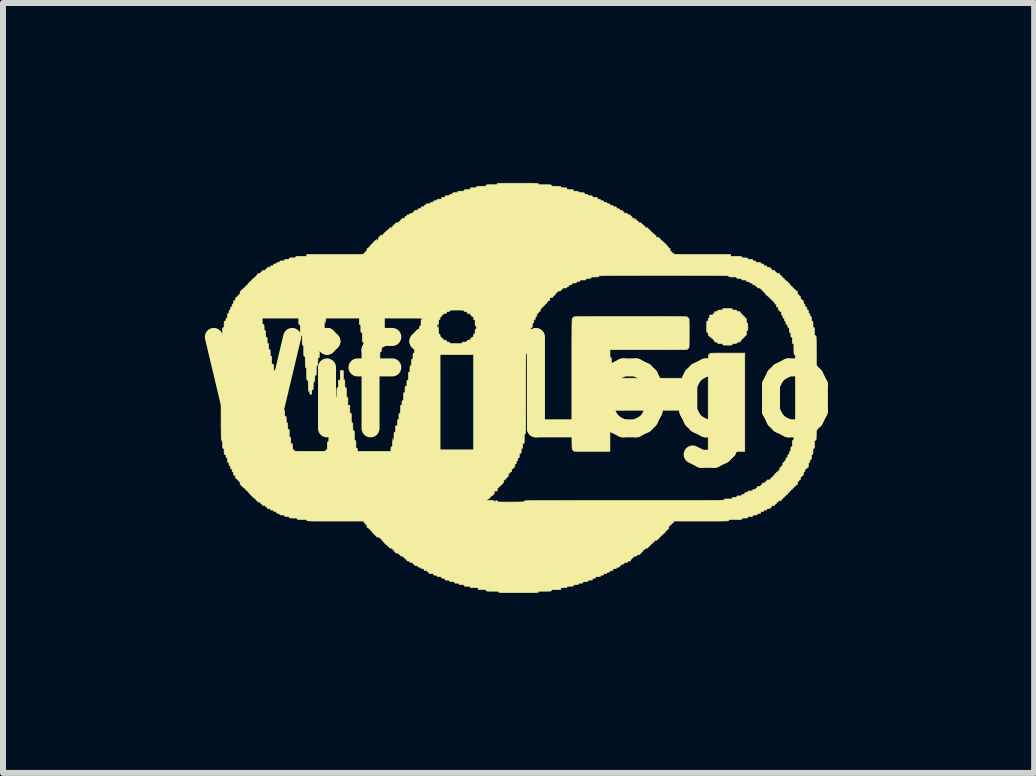
<source format=kicad_pcb>
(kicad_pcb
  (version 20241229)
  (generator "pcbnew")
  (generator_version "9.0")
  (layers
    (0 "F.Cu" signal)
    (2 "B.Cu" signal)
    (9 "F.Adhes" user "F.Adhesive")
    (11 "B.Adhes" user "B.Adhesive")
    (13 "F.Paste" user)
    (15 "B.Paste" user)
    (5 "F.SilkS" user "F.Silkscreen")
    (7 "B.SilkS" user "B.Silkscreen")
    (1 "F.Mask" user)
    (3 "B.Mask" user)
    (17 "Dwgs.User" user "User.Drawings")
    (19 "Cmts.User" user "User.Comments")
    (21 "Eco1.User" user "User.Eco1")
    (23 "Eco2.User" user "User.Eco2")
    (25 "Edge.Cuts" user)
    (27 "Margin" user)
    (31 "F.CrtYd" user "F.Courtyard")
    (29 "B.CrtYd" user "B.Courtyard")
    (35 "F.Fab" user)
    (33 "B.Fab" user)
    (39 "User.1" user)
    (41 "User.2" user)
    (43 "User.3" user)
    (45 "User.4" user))
  (footprint "Wifi Logo"
    (layer "F.Cu")
    (at 5.595 3.402)
    (property "Reference" "Wifi Logo" (at 0 0 0) (layer "F.SilkS") (effects (font (size 1.524 1.524) (thickness 0.3))))
    (attr through_hole)
    (fp_poly (pts (xy -4.94 0.905) (xy -4.943 0.908) (xy -4.947 0.905) (xy -4.943 0.902) (xy -4.94 0.905)) (stroke (width 0.01) (type solid)) (fill yes) (layer "F.SilkS"))
    (fp_poly (pts (xy -3.226 -1.07) (xy -3.229 -1.067) (xy -3.232 -1.07) (xy -3.229 -1.073) (xy -3.226 -1.07)) (stroke (width 0.01) (type solid)) (fill yes) (layer "F.SilkS"))
    (fp_poly (pts (xy -3.213 -1.076) (xy -3.216 -1.073) (xy -3.219 -1.076) (xy -3.216 -1.079) (xy -3.213 -1.076)) (stroke (width 0.01) (type solid)) (fill yes) (layer "F.SilkS"))
    (fp_poly (pts (xy -2.902 -0.13) (xy -2.905 -0.127) (xy -2.908 -0.13) (xy -2.905 -0.133) (xy -2.902 -0.13)) (stroke (width 0.01) (type solid)) (fill yes) (layer "F.SilkS"))
    (fp_poly (pts (xy -2.362 -2.461) (xy -2.365 -2.457) (xy -2.369 -2.461) (xy -2.365 -2.464) (xy -2.362 -2.461)) (stroke (width 0.01) (type solid)) (fill yes) (layer "F.SilkS"))
    (fp_poly (pts (xy -1.333 -1.006) (xy -1.337 -1.003) (xy -1.34 -1.006) (xy -1.337 -1.01) (xy -1.333 -1.006)) (stroke (width 0.01) (type solid)) (fill yes) (layer "F.SilkS"))
    (fp_poly (pts (xy 0.032 1.108) (xy 0.029 1.111) (xy 0.025 1.108) (xy 0.029 1.105) (xy 0.032 1.108)) (stroke (width 0.01) (type solid)) (fill yes) (layer "F.SilkS"))
    (fp_poly (pts (xy 1.937 -2.804) (xy 1.934 -2.8) (xy 1.93 -2.804) (xy 1.934 -2.807) (xy 1.937 -2.804)) (stroke (width 0.01) (type solid)) (fill yes) (layer "F.SilkS"))
    (fp_poly (pts (xy 1.949 -2.804) (xy 1.946 -2.8) (xy 1.943 -2.804) (xy 1.946 -2.807) (xy 1.949 -2.804)) (stroke (width 0.01) (type solid)) (fill yes) (layer "F.SilkS"))
    (fp_poly (pts (xy -2.098 0.866) (xy -2.097 0.873) (xy -2.098 0.874) (xy -2.101 0.873) (xy -2.102 0.87) (xy -2.1 0.865) (xy -2.098 0.866)) (stroke (width 0.01) (type solid)) (fill yes) (layer "F.SilkS"))
    (fp_poly (pts (xy 3.772 1.073) (xy 3.162 1.073) (xy 3.162 0.267) (xy 3.162 0.149) (xy 3.162 0.043) (xy 3.162 -0.051) (xy 3.162 -0.134) (xy 3.163 -0.208) (xy 3.163 -0.272) (xy 3.163 -0.327) (xy 3.163 -0.374) (xy 3.164 -0.414) (xy 3.164 -0.446) (xy 3.165 -0.473) (xy 3.165 -0.494) (xy 3.166 -0.51) (xy 3.167 -0.522) (xy 3.168 -0.53) (xy 3.169 -0.535) (xy 3.171 -0.538) (xy 3.172 -0.539) (xy 3.174 -0.54) (xy 3.175 -0.54) (xy 3.186 -0.544) (xy 3.188 -0.552) (xy 3.188 -0.555) (xy 3.19 -0.558) (xy 3.193 -0.56) (xy 3.201 -0.562) (xy 3.213 -0.563) (xy 3.23 -0.564) (xy 3.254 -0.564) (xy 3.286 -0.565) (xy 3.327 -0.565) (xy 3.377 -0.565) (xy 3.439 -0.565) (xy 3.48 -0.565) (xy 3.772 -0.565) (xy 3.772 1.073)) (stroke (width 0.01) (type solid)) (fill yes) (layer "F.SilkS"))
    (fp_poly (pts (xy 3.516 -1.308) (xy 3.538 -1.307) (xy 3.552 -1.306) (xy 3.559 -1.304) (xy 3.562 -1.3) (xy 3.562 -1.295) (xy 3.564 -1.288) (xy 3.57 -1.284) (xy 3.584 -1.283) (xy 3.6 -1.283) (xy 3.622 -1.282) (xy 3.633 -1.28) (xy 3.638 -1.276) (xy 3.639 -1.27) (xy 3.64 -1.262) (xy 3.648 -1.258) (xy 3.665 -1.257) (xy 3.667 -1.257) (xy 3.685 -1.257) (xy 3.693 -1.253) (xy 3.696 -1.246) (xy 3.696 -1.241) (xy 3.699 -1.229) (xy 3.708 -1.226) (xy 3.719 -1.221) (xy 3.721 -1.213) (xy 3.726 -1.202) (xy 3.734 -1.2) (xy 3.744 -1.196) (xy 3.747 -1.187) (xy 3.751 -1.177) (xy 3.759 -1.175) (xy 3.77 -1.17) (xy 3.772 -1.162) (xy 3.776 -1.151) (xy 3.785 -1.149) (xy 3.791 -1.148) (xy 3.795 -1.142) (xy 3.797 -1.129) (xy 3.797 -1.108) (xy 3.798 -1.086) (xy 3.799 -1.073) (xy 3.803 -1.068) (xy 3.81 -1.067) (xy 3.816 -1.066) (xy 3.819 -1.062) (xy 3.822 -1.052) (xy 3.822 -1.034) (xy 3.823 -1.007) (xy 3.823 -1.003) (xy 3.823 -0.974) (xy 3.822 -0.956) (xy 3.82 -0.945) (xy 3.816 -0.941) (xy 3.811 -0.94) (xy 3.81 -0.94) (xy 3.803 -0.939) (xy 3.799 -0.933) (xy 3.798 -0.92) (xy 3.797 -0.899) (xy 3.797 -0.876) (xy 3.795 -0.864) (xy 3.791 -0.858) (xy 3.785 -0.857) (xy 3.774 -0.853) (xy 3.772 -0.845) (xy 3.767 -0.834) (xy 3.759 -0.832) (xy 3.749 -0.827) (xy 3.747 -0.819) (xy 3.742 -0.809) (xy 3.734 -0.806) (xy 3.723 -0.802) (xy 3.721 -0.794) (xy 3.717 -0.783) (xy 3.708 -0.781) (xy 3.698 -0.777) (xy 3.696 -0.765) (xy 3.695 -0.755) (xy 3.689 -0.751) (xy 3.675 -0.749) (xy 3.667 -0.749) (xy 3.649 -0.748) (xy 3.641 -0.745) (xy 3.639 -0.738) (xy 3.639 -0.737) (xy 3.637 -0.73) (xy 3.631 -0.726) (xy 3.617 -0.724) (xy 3.6 -0.724) (xy 3.579 -0.723) (xy 3.568 -0.721) (xy 3.563 -0.717) (xy 3.562 -0.711) (xy 3.562 -0.706) (xy 3.558 -0.702) (xy 3.55 -0.7) (xy 3.534 -0.699) (xy 3.51 -0.699) (xy 3.483 -0.699) (xy 3.45 -0.699) (xy 3.428 -0.699) (xy 3.414 -0.701) (xy 3.407 -0.703) (xy 3.404 -0.707) (xy 3.404 -0.711) (xy 3.402 -0.718) (xy 3.397 -0.722) (xy 3.384 -0.724) (xy 3.362 -0.724) (xy 3.34 -0.724) (xy 3.328 -0.726) (xy 3.322 -0.73) (xy 3.321 -0.737) (xy 3.319 -0.745) (xy 3.31 -0.749) (xy 3.296 -0.749) (xy 3.279 -0.75) (xy 3.272 -0.754) (xy 3.27 -0.764) (xy 3.27 -0.765) (xy 3.267 -0.778) (xy 3.258 -0.781) (xy 3.247 -0.786) (xy 3.245 -0.794) (xy 3.24 -0.804) (xy 3.232 -0.806) (xy 3.222 -0.811) (xy 3.219 -0.819) (xy 3.216 -0.829) (xy 3.204 -0.832) (xy 3.191 -0.835) (xy 3.188 -0.845) (xy 3.183 -0.855) (xy 3.175 -0.857) (xy 3.167 -0.859) (xy 3.163 -0.868) (xy 3.162 -0.883) (xy 3.161 -0.899) (xy 3.157 -0.907) (xy 3.15 -0.908) (xy 3.145 -0.909) (xy 3.141 -0.912) (xy 3.139 -0.919) (xy 3.138 -0.933) (xy 3.137 -0.955) (xy 3.137 -0.987) (xy 3.137 -1.003) (xy 3.137 -1.04) (xy 3.137 -1.066) (xy 3.138 -1.083) (xy 3.14 -1.092) (xy 3.143 -1.097) (xy 3.147 -1.098) (xy 3.15 -1.099) (xy 3.158 -1.101) (xy 3.162 -1.109) (xy 3.162 -1.124) (xy 3.163 -1.141) (xy 3.168 -1.148) (xy 3.175 -1.149) (xy 3.183 -1.151) (xy 3.187 -1.16) (xy 3.188 -1.175) (xy 3.188 -1.2) (xy 3.216 -1.2) (xy 3.234 -1.201) (xy 3.243 -1.204) (xy 3.245 -1.212) (xy 3.245 -1.213) (xy 3.249 -1.223) (xy 3.258 -1.226) (xy 3.268 -1.229) (xy 3.27 -1.241) (xy 3.272 -1.252) (xy 3.278 -1.256) (xy 3.293 -1.257) (xy 3.296 -1.257) (xy 3.312 -1.258) (xy 3.32 -1.263) (xy 3.321 -1.27) (xy 3.322 -1.277) (xy 3.328 -1.281) (xy 3.341 -1.282) (xy 3.362 -1.283) (xy 3.385 -1.283) (xy 3.397 -1.285) (xy 3.402 -1.289) (xy 3.404 -1.295) (xy 3.404 -1.301) (xy 3.408 -1.304) (xy 3.416 -1.306) (xy 3.432 -1.308) (xy 3.456 -1.308) (xy 3.483 -1.308) (xy 3.516 -1.308)) (stroke (width 0.01) (type solid)) (fill yes) (layer "F.SilkS"))
    (fp_poly (pts (xy 1.995 -1.175) (xy 2.112 -1.175) (xy 2.217 -1.175) (xy 2.311 -1.175) (xy 2.394 -1.175) (xy 2.468 -1.174) (xy 2.533 -1.174) (xy 2.589 -1.174) (xy 2.638 -1.174) (xy 2.679 -1.173) (xy 2.713 -1.173) (xy 2.741 -1.172) (xy 2.764 -1.172) (xy 2.782 -1.171) (xy 2.795 -1.17) (xy 2.805 -1.169) (xy 2.812 -1.168) (xy 2.816 -1.167) (xy 2.818 -1.165) (xy 2.819 -1.164) (xy 2.819 -1.162) (xy 2.819 -1.162) (xy 2.824 -1.151) (xy 2.832 -1.149) (xy 2.835 -1.149) (xy 2.838 -1.147) (xy 2.84 -1.143) (xy 2.842 -1.135) (xy 2.843 -1.122) (xy 2.844 -1.103) (xy 2.844 -1.077) (xy 2.845 -1.043) (xy 2.845 -0.999) (xy 2.845 -0.944) (xy 2.845 -0.899) (xy 2.845 -0.836) (xy 2.845 -0.784) (xy 2.844 -0.743) (xy 2.844 -0.711) (xy 2.843 -0.687) (xy 2.842 -0.67) (xy 2.841 -0.659) (xy 2.839 -0.652) (xy 2.837 -0.649) (xy 2.834 -0.648) (xy 2.832 -0.648) (xy 2.821 -0.643) (xy 2.819 -0.635) (xy 2.819 -0.633) (xy 2.818 -0.631) (xy 2.816 -0.63) (xy 2.811 -0.628) (xy 2.803 -0.627) (xy 2.792 -0.626) (xy 2.776 -0.625) (xy 2.755 -0.624) (xy 2.728 -0.624) (xy 2.694 -0.623) (xy 2.653 -0.623) (xy 2.604 -0.623) (xy 2.546 -0.623) (xy 2.479 -0.622) (xy 2.402 -0.622) (xy 2.313 -0.622) (xy 2.213 -0.622) (xy 2.172 -0.622) (xy 1.524 -0.622) (xy 1.524 -0.556) (xy 1.524 -0.526) (xy 1.525 -0.507) (xy 1.527 -0.496) (xy 1.53 -0.49) (xy 1.535 -0.489) (xy 1.537 -0.489) (xy 1.54 -0.489) (xy 1.543 -0.486) (xy 1.546 -0.481) (xy 1.547 -0.471) (xy 1.548 -0.455) (xy 1.549 -0.432) (xy 1.549 -0.4) (xy 1.549 -0.358) (xy 1.549 -0.318) (xy 1.549 -0.146) (xy 2.711 -0.146) (xy 2.711 0.387) (xy 2.13 0.387) (xy 2.031 0.387) (xy 1.944 0.387) (xy 1.868 0.387) (xy 1.803 0.388) (xy 1.747 0.388) (xy 1.7 0.388) (xy 1.661 0.388) (xy 1.63 0.389) (xy 1.605 0.389) (xy 1.586 0.39) (xy 1.571 0.391) (xy 1.562 0.392) (xy 1.555 0.394) (xy 1.552 0.395) (xy 1.55 0.397) (xy 1.549 0.399) (xy 1.549 0.4) (xy 1.545 0.411) (xy 1.537 0.413) (xy 1.534 0.413) (xy 1.532 0.414) (xy 1.53 0.418) (xy 1.528 0.425) (xy 1.527 0.436) (xy 1.526 0.452) (xy 1.525 0.475) (xy 1.525 0.505) (xy 1.524 0.543) (xy 1.524 0.591) (xy 1.524 0.648) (xy 1.524 0.718) (xy 1.524 1.073) (xy 1.219 1.073) (xy 1.149 1.073) (xy 1.091 1.073) (xy 1.043 1.073) (xy 1.005 1.073) (xy 0.975 1.072) (xy 0.952 1.071) (xy 0.936 1.07) (xy 0.926 1.069) (xy 0.919 1.067) (xy 0.916 1.065) (xy 0.915 1.063) (xy 0.914 1.06) (xy 0.91 1.05) (xy 0.902 1.048) (xy 0.9 1.048) (xy 0.899 1.047) (xy 0.897 1.045) (xy 0.896 1.041) (xy 0.895 1.036) (xy 0.894 1.027) (xy 0.893 1.015) (xy 0.892 0.999) (xy 0.892 0.978) (xy 0.891 0.952) (xy 0.891 0.921) (xy 0.89 0.884) (xy 0.89 0.839) (xy 0.89 0.788) (xy 0.89 0.729) (xy 0.889 0.661) (xy 0.889 0.584) (xy 0.889 0.498) (xy 0.889 0.402) (xy 0.889 0.295) (xy 0.889 0.176) (xy 0.889 0.047) (xy 0.889 -0.051) (xy 0.889 -0.189) (xy 0.889 -0.315) (xy 0.889 -0.43) (xy 0.889 -0.534) (xy 0.889 -0.627) (xy 0.889 -0.71) (xy 0.889 -0.784) (xy 0.89 -0.849) (xy 0.89 -0.906) (xy 0.89 -0.955) (xy 0.89 -0.997) (xy 0.891 -1.033) (xy 0.891 -1.062) (xy 0.892 -1.086) (xy 0.893 -1.106) (xy 0.893 -1.12) (xy 0.894 -1.131) (xy 0.895 -1.139) (xy 0.896 -1.144) (xy 0.898 -1.147) (xy 0.899 -1.149) (xy 0.901 -1.149) (xy 0.902 -1.149) (xy 0.912 -1.154) (xy 0.914 -1.162) (xy 0.915 -1.164) (xy 0.915 -1.165) (xy 0.917 -1.167) (xy 0.921 -1.168) (xy 0.928 -1.169) (xy 0.937 -1.17) (xy 0.95 -1.171) (xy 0.967 -1.172) (xy 0.989 -1.172) (xy 1.017 -1.173) (xy 1.051 -1.173) (xy 1.091 -1.174) (xy 1.138 -1.174) (xy 1.194 -1.174) (xy 1.258 -1.174) (xy 1.33 -1.175) (xy 1.413 -1.175) (xy 1.506 -1.175) (xy 1.609 -1.175) (xy 1.724 -1.175) (xy 1.851 -1.175) (xy 1.867 -1.175) (xy 1.995 -1.175)) (stroke (width 0.01) (type solid)) (fill yes) (layer "F.SilkS"))
    (fp_poly (pts (xy 0.062 -3.397) (xy 0.125 -3.397) (xy 0.177 -3.397) (xy 0.22 -3.397) (xy 0.253 -3.396) (xy 0.28 -3.396) (xy 0.299 -3.395) (xy 0.313 -3.394) (xy 0.322 -3.393) (xy 0.327 -3.391) (xy 0.329 -3.389) (xy 0.33 -3.386) (xy 0.33 -3.385) (xy 0.331 -3.38) (xy 0.334 -3.377) (xy 0.341 -3.374) (xy 0.353 -3.373) (xy 0.374 -3.372) (xy 0.404 -3.372) (xy 0.438 -3.372) (xy 0.477 -3.372) (xy 0.506 -3.371) (xy 0.525 -3.371) (xy 0.537 -3.369) (xy 0.543 -3.367) (xy 0.546 -3.363) (xy 0.546 -3.359) (xy 0.547 -3.354) (xy 0.55 -3.35) (xy 0.559 -3.348) (xy 0.574 -3.347) (xy 0.599 -3.347) (xy 0.625 -3.346) (xy 0.658 -3.346) (xy 0.681 -3.346) (xy 0.694 -3.344) (xy 0.702 -3.342) (xy 0.704 -3.338) (xy 0.705 -3.334) (xy 0.706 -3.327) (xy 0.711 -3.324) (xy 0.722 -3.322) (xy 0.742 -3.321) (xy 0.756 -3.321) (xy 0.781 -3.321) (xy 0.796 -3.32) (xy 0.803 -3.317) (xy 0.806 -3.312) (xy 0.806 -3.305) (xy 0.807 -3.297) (xy 0.81 -3.293) (xy 0.818 -3.29) (xy 0.834 -3.289) (xy 0.86 -3.289) (xy 0.887 -3.289) (xy 0.903 -3.288) (xy 0.911 -3.285) (xy 0.914 -3.281) (xy 0.914 -3.277) (xy 0.916 -3.27) (xy 0.921 -3.266) (xy 0.934 -3.264) (xy 0.956 -3.264) (xy 0.978 -3.264) (xy 0.99 -3.262) (xy 0.996 -3.258) (xy 0.997 -3.251) (xy 1 -3.24) (xy 1.008 -3.241) (xy 1.016 -3.246) (xy 1.022 -3.251) (xy 1.02 -3.247) (xy 1.02 -3.246) (xy 1.02 -3.242) (xy 1.03 -3.239) (xy 1.05 -3.239) (xy 1.057 -3.239) (xy 1.079 -3.238) (xy 1.092 -3.236) (xy 1.097 -3.232) (xy 1.099 -3.226) (xy 1.1 -3.218) (xy 1.108 -3.214) (xy 1.125 -3.213) (xy 1.127 -3.213) (xy 1.145 -3.212) (xy 1.153 -3.209) (xy 1.156 -3.201) (xy 1.156 -3.2) (xy 1.157 -3.193) (xy 1.163 -3.189) (xy 1.177 -3.188) (xy 1.194 -3.188) (xy 1.215 -3.187) (xy 1.227 -3.185) (xy 1.231 -3.181) (xy 1.232 -3.175) (xy 1.233 -3.168) (xy 1.239 -3.164) (xy 1.252 -3.163) (xy 1.273 -3.162) (xy 1.295 -3.162) (xy 1.308 -3.16) (xy 1.313 -3.156) (xy 1.314 -3.149) (xy 1.314 -3.146) (xy 1.316 -3.136) (xy 1.322 -3.132) (xy 1.338 -3.131) (xy 1.34 -3.131) (xy 1.356 -3.129) (xy 1.364 -3.125) (xy 1.365 -3.118) (xy 1.367 -3.11) (xy 1.376 -3.106) (xy 1.391 -3.105) (xy 1.407 -3.104) (xy 1.415 -3.1) (xy 1.416 -3.092) (xy 1.418 -3.085) (xy 1.426 -3.081) (xy 1.443 -3.08) (xy 1.445 -3.08) (xy 1.462 -3.079) (xy 1.471 -3.075) (xy 1.473 -3.068) (xy 1.473 -3.067) (xy 1.475 -3.059) (xy 1.484 -3.055) (xy 1.499 -3.054) (xy 1.515 -3.053) (xy 1.523 -3.049) (xy 1.524 -3.042) (xy 1.526 -3.033) (xy 1.535 -3.03) (xy 1.549 -3.029) (xy 1.566 -3.028) (xy 1.573 -3.024) (xy 1.575 -3.016) (xy 1.577 -3.008) (xy 1.584 -3.005) (xy 1.601 -3.004) (xy 1.603 -3.004) (xy 1.621 -3.003) (xy 1.629 -3) (xy 1.632 -2.992) (xy 1.632 -2.988) (xy 1.633 -2.977) (xy 1.64 -2.973) (xy 1.655 -2.972) (xy 1.657 -2.972) (xy 1.674 -2.971) (xy 1.681 -2.966) (xy 1.683 -2.959) (xy 1.685 -2.951) (xy 1.693 -2.947) (xy 1.708 -2.946) (xy 1.725 -2.945) (xy 1.732 -2.941) (xy 1.734 -2.934) (xy 1.738 -2.923) (xy 1.746 -2.921) (xy 1.757 -2.917) (xy 1.759 -2.908) (xy 1.761 -2.9) (xy 1.769 -2.897) (xy 1.785 -2.896) (xy 1.788 -2.896) (xy 1.805 -2.895) (xy 1.814 -2.891) (xy 1.816 -2.884) (xy 1.816 -2.883) (xy 1.818 -2.875) (xy 1.827 -2.871) (xy 1.841 -2.87) (xy 1.858 -2.869) (xy 1.865 -2.865) (xy 1.867 -2.857) (xy 1.871 -2.847) (xy 1.88 -2.845) (xy 1.89 -2.841) (xy 1.892 -2.829) (xy 1.895 -2.817) (xy 1.905 -2.813) (xy 1.908 -2.813) (xy 1.919 -2.811) (xy 1.92 -2.803) (xy 1.92 -2.8) (xy 1.919 -2.793) (xy 1.924 -2.789) (xy 1.938 -2.788) (xy 1.946 -2.788) (xy 1.964 -2.787) (xy 1.972 -2.784) (xy 1.975 -2.776) (xy 1.975 -2.775) (xy 1.979 -2.764) (xy 1.988 -2.762) (xy 1.998 -2.758) (xy 2 -2.75) (xy 2.002 -2.741) (xy 2.011 -2.738) (xy 2.026 -2.737) (xy 2.042 -2.736) (xy 2.05 -2.731) (xy 2.051 -2.724) (xy 2.056 -2.714) (xy 2.064 -2.711) (xy 2.074 -2.707) (xy 2.076 -2.699) (xy 2.08 -2.689) (xy 2.092 -2.686) (xy 2.104 -2.683) (xy 2.108 -2.673) (xy 2.108 -2.67) (xy 2.11 -2.66) (xy 2.116 -2.655) (xy 2.131 -2.654) (xy 2.134 -2.654) (xy 2.15 -2.653) (xy 2.158 -2.649) (xy 2.159 -2.642) (xy 2.163 -2.631) (xy 2.172 -2.629) (xy 2.182 -2.624) (xy 2.184 -2.616) (xy 2.189 -2.606) (xy 2.197 -2.603) (xy 2.208 -2.599) (xy 2.21 -2.591) (xy 2.214 -2.58) (xy 2.223 -2.578) (xy 2.233 -2.574) (xy 2.235 -2.565) (xy 2.239 -2.555) (xy 2.251 -2.553) (xy 2.264 -2.55) (xy 2.267 -2.54) (xy 2.271 -2.529) (xy 2.28 -2.527) (xy 2.29 -2.524) (xy 2.292 -2.511) (xy 2.294 -2.501) (xy 2.3 -2.497) (xy 2.316 -2.496) (xy 2.318 -2.496) (xy 2.334 -2.494) (xy 2.342 -2.49) (xy 2.343 -2.483) (xy 2.348 -2.472) (xy 2.356 -2.47) (xy 2.366 -2.466) (xy 2.369 -2.457) (xy 2.373 -2.447) (xy 2.381 -2.445) (xy 2.392 -2.44) (xy 2.394 -2.432) (xy 2.398 -2.422) (xy 2.41 -2.419) (xy 2.422 -2.416) (xy 2.426 -2.407) (xy 2.43 -2.396) (xy 2.438 -2.394) (xy 2.449 -2.389) (xy 2.451 -2.381) (xy 2.456 -2.371) (xy 2.464 -2.369) (xy 2.474 -2.365) (xy 2.477 -2.353) (xy 2.479 -2.34) (xy 2.489 -2.337) (xy 2.5 -2.332) (xy 2.502 -2.324) (xy 2.506 -2.313) (xy 2.515 -2.311) (xy 2.523 -2.309) (xy 2.527 -2.301) (xy 2.527 -2.286) (xy 2.528 -2.269) (xy 2.533 -2.262) (xy 2.54 -2.261) (xy 2.551 -2.256) (xy 2.553 -2.248) (xy 2.556 -2.238) (xy 2.569 -2.235) (xy 2.581 -2.232) (xy 2.584 -2.223) (xy 2.585 -2.22) (xy 2.586 -2.218) (xy 2.589 -2.216) (xy 2.594 -2.215) (xy 2.604 -2.214) (xy 2.617 -2.213) (xy 2.636 -2.212) (xy 2.66 -2.211) (xy 2.692 -2.211) (xy 2.731 -2.21) (xy 2.779 -2.21) (xy 2.837 -2.21) (xy 2.904 -2.21) (xy 2.983 -2.21) (xy 3.061 -2.21) (xy 3.537 -2.21) (xy 3.537 -2.178) (xy 3.629 -2.178) (xy 3.665 -2.178) (xy 3.69 -2.178) (xy 3.706 -2.176) (xy 3.716 -2.175) (xy 3.72 -2.171) (xy 3.721 -2.167) (xy 3.721 -2.165) (xy 3.722 -2.159) (xy 3.727 -2.155) (xy 3.738 -2.153) (xy 3.759 -2.153) (xy 3.772 -2.153) (xy 3.797 -2.152) (xy 3.812 -2.151) (xy 3.82 -2.148) (xy 3.823 -2.143) (xy 3.823 -2.14) (xy 3.824 -2.133) (xy 3.83 -2.129) (xy 3.843 -2.128) (xy 3.864 -2.127) (xy 3.886 -2.127) (xy 3.899 -2.125) (xy 3.904 -2.121) (xy 3.905 -2.115) (xy 3.907 -2.106) (xy 3.916 -2.103) (xy 3.931 -2.102) (xy 3.947 -2.101) (xy 3.955 -2.096) (xy 3.956 -2.089) (xy 3.957 -2.082) (xy 3.963 -2.078) (xy 3.976 -2.077) (xy 3.997 -2.076) (xy 4.02 -2.076) (xy 4.032 -2.074) (xy 4.037 -2.07) (xy 4.039 -2.064) (xy 4.041 -2.055) (xy 4.049 -2.052) (xy 4.064 -2.051) (xy 4.08 -2.05) (xy 4.088 -2.046) (xy 4.089 -2.037) (xy 4.089 -2.035) (xy 4.091 -2.025) (xy 4.097 -2.02) (xy 4.113 -2.019) (xy 4.115 -2.019) (xy 4.131 -2.018) (xy 4.139 -2.014) (xy 4.14 -2.007) (xy 4.142 -1.999) (xy 4.15 -1.995) (xy 4.167 -1.994) (xy 4.169 -1.994) (xy 4.187 -1.993) (xy 4.195 -1.99) (xy 4.197 -1.982) (xy 4.197 -1.981) (xy 4.202 -1.971) (xy 4.21 -1.968) (xy 4.221 -1.964) (xy 4.223 -1.956) (xy 4.225 -1.947) (xy 4.233 -1.944) (xy 4.248 -1.943) (xy 4.265 -1.942) (xy 4.272 -1.938) (xy 4.274 -1.93) (xy 4.278 -1.92) (xy 4.286 -1.918) (xy 4.297 -1.913) (xy 4.299 -1.905) (xy 4.301 -1.897) (xy 4.309 -1.893) (xy 4.325 -1.892) (xy 4.328 -1.892) (xy 4.345 -1.892) (xy 4.354 -1.888) (xy 4.356 -1.881) (xy 4.356 -1.876) (xy 4.359 -1.864) (xy 4.369 -1.861) (xy 4.379 -1.856) (xy 4.381 -1.848) (xy 4.386 -1.837) (xy 4.394 -1.835) (xy 4.405 -1.831) (xy 4.407 -1.822) (xy 4.411 -1.812) (xy 4.42 -1.81) (xy 4.43 -1.805) (xy 4.432 -1.797) (xy 4.437 -1.786) (xy 4.445 -1.784) (xy 4.456 -1.78) (xy 4.458 -1.772) (xy 4.461 -1.762) (xy 4.474 -1.759) (xy 4.486 -1.756) (xy 4.489 -1.746) (xy 4.494 -1.736) (xy 4.502 -1.734) (xy 4.512 -1.73) (xy 4.515 -1.718) (xy 4.518 -1.705) (xy 4.528 -1.702) (xy 4.538 -1.697) (xy 4.54 -1.689) (xy 4.545 -1.678) (xy 4.553 -1.676) (xy 4.564 -1.672) (xy 4.566 -1.664) (xy 4.57 -1.653) (xy 4.578 -1.651) (xy 4.589 -1.647) (xy 4.591 -1.638) (xy 4.596 -1.628) (xy 4.604 -1.626) (xy 4.614 -1.621) (xy 4.616 -1.613) (xy 4.62 -1.603) (xy 4.632 -1.6) (xy 4.642 -1.599) (xy 4.647 -1.593) (xy 4.648 -1.579) (xy 4.648 -1.572) (xy 4.649 -1.554) (xy 4.652 -1.545) (xy 4.66 -1.543) (xy 4.661 -1.543) (xy 4.672 -1.539) (xy 4.674 -1.53) (xy 4.678 -1.52) (xy 4.686 -1.518) (xy 4.695 -1.516) (xy 4.698 -1.507) (xy 4.699 -1.492) (xy 4.7 -1.476) (xy 4.704 -1.468) (xy 4.712 -1.467) (xy 4.722 -1.462) (xy 4.724 -1.454) (xy 4.729 -1.444) (xy 4.737 -1.441) (xy 4.745 -1.44) (xy 4.749 -1.432) (xy 4.75 -1.415) (xy 4.75 -1.413) (xy 4.751 -1.395) (xy 4.754 -1.387) (xy 4.762 -1.384) (xy 4.763 -1.384) (xy 4.771 -1.382) (xy 4.774 -1.374) (xy 4.775 -1.359) (xy 4.776 -1.343) (xy 4.78 -1.335) (xy 4.79 -1.334) (xy 4.791 -1.333) (xy 4.801 -1.332) (xy 4.806 -1.326) (xy 4.807 -1.31) (xy 4.807 -1.308) (xy 4.808 -1.291) (xy 4.812 -1.284) (xy 4.82 -1.283) (xy 4.828 -1.281) (xy 4.831 -1.273) (xy 4.832 -1.256) (xy 4.832 -1.254) (xy 4.833 -1.236) (xy 4.837 -1.228) (xy 4.844 -1.226) (xy 4.845 -1.226) (xy 4.853 -1.223) (xy 4.857 -1.215) (xy 4.858 -1.2) (xy 4.859 -1.184) (xy 4.863 -1.176) (xy 4.87 -1.175) (xy 4.878 -1.173) (xy 4.881 -1.167) (xy 4.883 -1.154) (xy 4.883 -1.137) (xy 4.884 -1.115) (xy 4.886 -1.104) (xy 4.89 -1.099) (xy 4.896 -1.099) (xy 4.902 -1.098) (xy 4.906 -1.093) (xy 4.908 -1.082) (xy 4.908 -1.063) (xy 4.909 -1.045) (xy 4.909 -1.018) (xy 4.91 -1.002) (xy 4.912 -0.994) (xy 4.917 -0.991) (xy 4.921 -0.991) (xy 4.927 -0.99) (xy 4.931 -0.986) (xy 4.933 -0.976) (xy 4.934 -0.959) (xy 4.934 -0.932) (xy 4.934 -0.924) (xy 4.934 -0.894) (xy 4.935 -0.875) (xy 4.937 -0.864) (xy 4.94 -0.859) (xy 4.945 -0.857) (xy 4.946 -0.857) (xy 4.956 -0.852) (xy 4.962 -0.837) (xy 4.962 -0.828) (xy 4.963 -0.808) (xy 4.963 -0.776) (xy 4.964 -0.734) (xy 4.964 -0.684) (xy 4.964 -0.625) (xy 4.965 -0.559) (xy 4.965 -0.487) (xy 4.965 -0.409) (xy 4.965 -0.327) (xy 4.965 -0.241) (xy 4.966 -0.153) (xy 4.966 -0.063) (xy 4.966 0.028) (xy 4.966 0.118) (xy 4.966 0.208) (xy 4.965 0.296) (xy 4.965 0.38) (xy 4.965 0.461) (xy 4.965 0.538) (xy 4.965 0.609) (xy 4.964 0.673) (xy 4.964 0.729) (xy 4.964 0.778) (xy 4.963 0.817) (xy 4.963 0.846) (xy 4.962 0.864) (xy 4.962 0.869) (xy 4.956 0.885) (xy 4.946 0.889) (xy 4.941 0.89) (xy 4.937 0.895) (xy 4.935 0.905) (xy 4.934 0.923) (xy 4.934 0.952) (xy 4.934 0.956) (xy 4.934 0.985) (xy 4.933 1.005) (xy 4.931 1.016) (xy 4.928 1.021) (xy 4.923 1.022) (xy 4.921 1.022) (xy 4.915 1.023) (xy 4.911 1.028) (xy 4.909 1.04) (xy 4.909 1.06) (xy 4.909 1.073) (xy 4.908 1.098) (xy 4.907 1.114) (xy 4.904 1.121) (xy 4.899 1.124) (xy 4.896 1.124) (xy 4.889 1.125) (xy 4.885 1.131) (xy 4.883 1.144) (xy 4.883 1.165) (xy 4.883 1.188) (xy 4.881 1.2) (xy 4.877 1.205) (xy 4.87 1.206) (xy 4.862 1.209) (xy 4.858 1.217) (xy 4.858 1.232) (xy 4.857 1.249) (xy 4.852 1.256) (xy 4.845 1.257) (xy 4.838 1.259) (xy 4.834 1.264) (xy 4.833 1.277) (xy 4.832 1.299) (xy 4.832 1.321) (xy 4.83 1.333) (xy 4.826 1.339) (xy 4.82 1.34) (xy 4.809 1.344) (xy 4.807 1.353) (xy 4.803 1.363) (xy 4.791 1.365) (xy 4.781 1.367) (xy 4.776 1.373) (xy 4.775 1.388) (xy 4.775 1.391) (xy 4.774 1.407) (xy 4.77 1.415) (xy 4.763 1.416) (xy 4.755 1.418) (xy 4.751 1.426) (xy 4.75 1.443) (xy 4.75 1.445) (xy 4.749 1.462) (xy 4.746 1.471) (xy 4.738 1.473) (xy 4.737 1.473) (xy 4.726 1.478) (xy 4.724 1.486) (xy 4.72 1.497) (xy 4.712 1.499) (xy 4.703 1.501) (xy 4.7 1.509) (xy 4.699 1.524) (xy 4.698 1.541) (xy 4.694 1.548) (xy 4.686 1.549) (xy 4.676 1.554) (xy 4.674 1.562) (xy 4.669 1.573) (xy 4.661 1.575) (xy 4.653 1.577) (xy 4.649 1.584) (xy 4.648 1.601) (xy 4.648 1.603) (xy 4.648 1.621) (xy 4.644 1.629) (xy 4.637 1.632) (xy 4.632 1.632) (xy 4.62 1.635) (xy 4.616 1.645) (xy 4.612 1.655) (xy 4.604 1.657) (xy 4.593 1.662) (xy 4.591 1.67) (xy 4.587 1.681) (xy 4.578 1.683) (xy 4.568 1.687) (xy 4.566 1.695) (xy 4.561 1.706) (xy 4.553 1.708) (xy 4.542 1.713) (xy 4.54 1.721) (xy 4.536 1.731) (xy 4.528 1.734) (xy 4.517 1.738) (xy 4.515 1.746) (xy 4.51 1.757) (xy 4.502 1.759) (xy 4.492 1.763) (xy 4.489 1.775) (xy 4.487 1.787) (xy 4.476 1.791) (xy 4.474 1.791) (xy 4.461 1.794) (xy 4.458 1.803) (xy 4.453 1.814) (xy 4.445 1.816) (xy 4.434 1.821) (xy 4.432 1.829) (xy 4.428 1.839) (xy 4.42 1.841) (xy 4.409 1.846) (xy 4.407 1.854) (xy 4.402 1.865) (xy 4.394 1.867) (xy 4.384 1.871) (xy 4.381 1.88) (xy 4.379 1.888) (xy 4.371 1.892) (xy 4.356 1.892) (xy 4.339 1.893) (xy 4.332 1.898) (xy 4.331 1.905) (xy 4.327 1.915) (xy 4.315 1.918) (xy 4.303 1.92) (xy 4.299 1.931) (xy 4.299 1.934) (xy 4.296 1.946) (xy 4.286 1.949) (xy 4.276 1.954) (xy 4.274 1.962) (xy 4.271 1.97) (xy 4.263 1.974) (xy 4.248 1.975) (xy 4.232 1.976) (xy 4.224 1.98) (xy 4.223 1.988) (xy 4.218 1.998) (xy 4.21 2) (xy 4.199 2.005) (xy 4.197 2.013) (xy 4.195 2.021) (xy 4.188 2.025) (xy 4.171 2.026) (xy 4.169 2.026) (xy 4.151 2.026) (xy 4.142 2.03) (xy 4.14 2.037) (xy 4.14 2.038) (xy 4.138 2.047) (xy 4.129 2.05) (xy 4.115 2.051) (xy 4.098 2.052) (xy 4.091 2.056) (xy 4.089 2.064) (xy 4.087 2.072) (xy 4.079 2.076) (xy 4.064 2.076) (xy 4.048 2.077) (xy 4.04 2.081) (xy 4.039 2.091) (xy 4.039 2.092) (xy 4.037 2.102) (xy 4.032 2.107) (xy 4.018 2.108) (xy 4.01 2.108) (xy 3.992 2.109) (xy 3.984 2.112) (xy 3.981 2.12) (xy 3.981 2.121) (xy 3.98 2.128) (xy 3.974 2.132) (xy 3.96 2.133) (xy 3.943 2.134) (xy 3.922 2.134) (xy 3.911 2.136) (xy 3.906 2.141) (xy 3.905 2.146) (xy 3.904 2.153) (xy 3.898 2.157) (xy 3.885 2.159) (xy 3.864 2.159) (xy 3.842 2.159) (xy 3.829 2.161) (xy 3.824 2.165) (xy 3.823 2.172) (xy 3.822 2.178) (xy 3.817 2.182) (xy 3.805 2.184) (xy 3.785 2.184) (xy 3.772 2.184) (xy 3.747 2.185) (xy 3.731 2.186) (xy 3.724 2.189) (xy 3.721 2.194) (xy 3.721 2.197) (xy 3.721 2.202) (xy 3.718 2.205) (xy 3.711 2.207) (xy 3.698 2.209) (xy 3.677 2.209) (xy 3.648 2.21) (xy 3.613 2.21) (xy 3.574 2.21) (xy 3.545 2.21) (xy 3.526 2.211) (xy 3.514 2.213) (xy 3.508 2.215) (xy 3.506 2.218) (xy 3.505 2.223) (xy 3.505 2.225) (xy 3.504 2.227) (xy 3.501 2.229) (xy 3.495 2.23) (xy 3.486 2.232) (xy 3.472 2.233) (xy 3.453 2.233) (xy 3.428 2.234) (xy 3.396 2.234) (xy 3.356 2.235) (xy 3.307 2.235) (xy 3.249 2.235) (xy 3.18 2.235) (xy 3.1 2.235) (xy 3.045 2.235) (xy 2.584 2.235) (xy 2.584 2.251) (xy 2.582 2.263) (xy 2.571 2.267) (xy 2.569 2.267) (xy 2.556 2.27) (xy 2.553 2.28) (xy 2.548 2.29) (xy 2.54 2.292) (xy 2.529 2.297) (xy 2.527 2.305) (xy 2.523 2.316) (xy 2.515 2.318) (xy 2.506 2.32) (xy 2.503 2.328) (xy 2.502 2.343) (xy 2.501 2.36) (xy 2.497 2.367) (xy 2.489 2.369) (xy 2.479 2.373) (xy 2.477 2.381) (xy 2.472 2.392) (xy 2.464 2.394) (xy 2.454 2.398) (xy 2.451 2.41) (xy 2.448 2.422) (xy 2.438 2.426) (xy 2.428 2.43) (xy 2.426 2.438) (xy 2.422 2.448) (xy 2.41 2.451) (xy 2.397 2.454) (xy 2.394 2.464) (xy 2.389 2.474) (xy 2.381 2.477) (xy 2.371 2.481) (xy 2.369 2.489) (xy 2.364 2.5) (xy 2.356 2.502) (xy 2.345 2.506) (xy 2.343 2.515) (xy 2.339 2.525) (xy 2.33 2.527) (xy 2.32 2.532) (xy 2.318 2.54) (xy 2.316 2.548) (xy 2.307 2.552) (xy 2.292 2.553) (xy 2.276 2.554) (xy 2.269 2.558) (xy 2.267 2.567) (xy 2.267 2.569) (xy 2.264 2.581) (xy 2.254 2.584) (xy 2.251 2.584) (xy 2.239 2.587) (xy 2.235 2.597) (xy 2.231 2.608) (xy 2.223 2.61) (xy 2.212 2.614) (xy 2.21 2.623) (xy 2.205 2.633) (xy 2.197 2.635) (xy 2.186 2.64) (xy 2.184 2.648) (xy 2.18 2.659) (xy 2.172 2.661) (xy 2.161 2.665) (xy 2.159 2.673) (xy 2.157 2.682) (xy 2.148 2.685) (xy 2.134 2.686) (xy 2.117 2.687) (xy 2.11 2.691) (xy 2.108 2.699) (xy 2.104 2.709) (xy 2.092 2.711) (xy 2.08 2.714) (xy 2.077 2.724) (xy 2.076 2.727) (xy 2.073 2.74) (xy 2.064 2.743) (xy 2.053 2.748) (xy 2.051 2.756) (xy 2.047 2.767) (xy 2.038 2.769) (xy 2.028 2.773) (xy 2.026 2.781) (xy 2.024 2.79) (xy 2.015 2.793) (xy 2 2.794) (xy 1.984 2.795) (xy 1.976 2.799) (xy 1.975 2.807) (xy 1.973 2.815) (xy 1.965 2.818) (xy 1.948 2.819) (xy 1.946 2.819) (xy 1.928 2.82) (xy 1.92 2.824) (xy 1.918 2.831) (xy 1.918 2.832) (xy 1.913 2.843) (xy 1.905 2.845) (xy 1.894 2.849) (xy 1.892 2.857) (xy 1.888 2.868) (xy 1.88 2.87) (xy 1.87 2.874) (xy 1.867 2.886) (xy 1.866 2.896) (xy 1.859 2.901) (xy 1.844 2.902) (xy 1.841 2.902) (xy 1.825 2.903) (xy 1.818 2.907) (xy 1.816 2.915) (xy 1.814 2.923) (xy 1.806 2.926) (xy 1.79 2.927) (xy 1.788 2.927) (xy 1.77 2.928) (xy 1.761 2.932) (xy 1.759 2.939) (xy 1.759 2.94) (xy 1.757 2.948) (xy 1.748 2.952) (xy 1.734 2.953) (xy 1.717 2.954) (xy 1.71 2.958) (xy 1.708 2.965) (xy 1.704 2.976) (xy 1.695 2.978) (xy 1.685 2.983) (xy 1.683 2.991) (xy 1.681 2.999) (xy 1.672 3.003) (xy 1.657 3.004) (xy 1.641 3.005) (xy 1.633 3.009) (xy 1.632 3.016) (xy 1.63 3.024) (xy 1.622 3.028) (xy 1.605 3.029) (xy 1.603 3.029) (xy 1.586 3.03) (xy 1.577 3.033) (xy 1.575 3.041) (xy 1.575 3.045) (xy 1.573 3.055) (xy 1.567 3.06) (xy 1.552 3.061) (xy 1.549 3.061) (xy 1.533 3.062) (xy 1.525 3.066) (xy 1.524 3.073) (xy 1.522 3.082) (xy 1.513 3.085) (xy 1.499 3.086) (xy 1.482 3.087) (xy 1.475 3.091) (xy 1.473 3.099) (xy 1.471 3.107) (xy 1.464 3.11) (xy 1.447 3.111) (xy 1.445 3.111) (xy 1.427 3.112) (xy 1.418 3.116) (xy 1.416 3.123) (xy 1.416 3.124) (xy 1.414 3.133) (xy 1.405 3.136) (xy 1.391 3.137) (xy 1.374 3.138) (xy 1.367 3.142) (xy 1.365 3.15) (xy 1.364 3.156) (xy 1.358 3.16) (xy 1.345 3.162) (xy 1.324 3.162) (xy 1.302 3.163) (xy 1.289 3.164) (xy 1.284 3.168) (xy 1.283 3.175) (xy 1.281 3.183) (xy 1.272 3.187) (xy 1.257 3.188) (xy 1.241 3.189) (xy 1.234 3.193) (xy 1.232 3.202) (xy 1.232 3.204) (xy 1.231 3.212) (xy 1.227 3.217) (xy 1.216 3.219) (xy 1.195 3.219) (xy 1.194 3.219) (xy 1.173 3.22) (xy 1.161 3.222) (xy 1.156 3.227) (xy 1.156 3.232) (xy 1.154 3.239) (xy 1.149 3.243) (xy 1.136 3.245) (xy 1.114 3.245) (xy 1.092 3.245) (xy 1.08 3.247) (xy 1.074 3.251) (xy 1.073 3.258) (xy 1.072 3.265) (xy 1.066 3.268) (xy 1.052 3.27) (xy 1.035 3.27) (xy 1.014 3.271) (xy 1.002 3.273) (xy 0.998 3.277) (xy 0.997 3.283) (xy 0.996 3.29) (xy 0.99 3.294) (xy 0.977 3.295) (xy 0.956 3.296) (xy 0.933 3.296) (xy 0.921 3.298) (xy 0.916 3.302) (xy 0.914 3.308) (xy 0.913 3.315) (xy 0.909 3.318) (xy 0.898 3.32) (xy 0.878 3.321) (xy 0.86 3.321) (xy 0.834 3.321) (xy 0.818 3.322) (xy 0.81 3.325) (xy 0.807 3.33) (xy 0.806 3.334) (xy 0.805 3.34) (xy 0.801 3.344) (xy 0.789 3.346) (xy 0.769 3.346) (xy 0.756 3.346) (xy 0.73 3.347) (xy 0.715 3.348) (xy 0.708 3.35) (xy 0.705 3.356) (xy 0.705 3.362) (xy 0.705 3.378) (xy 0.625 3.378) (xy 0.593 3.378) (xy 0.57 3.379) (xy 0.556 3.38) (xy 0.549 3.383) (xy 0.547 3.387) (xy 0.546 3.391) (xy 0.546 3.396) (xy 0.543 3.399) (xy 0.536 3.401) (xy 0.523 3.403) (xy 0.502 3.403) (xy 0.473 3.404) (xy 0.438 3.404) (xy 0.399 3.404) (xy 0.37 3.404) (xy 0.351 3.405) (xy 0.339 3.406) (xy 0.333 3.409) (xy 0.331 3.412) (xy 0.33 3.416) (xy 0.33 3.419) (xy 0.329 3.421) (xy 0.325 3.423) (xy 0.318 3.425) (xy 0.307 3.426) (xy 0.291 3.427) (xy 0.268 3.428) (xy 0.238 3.428) (xy 0.2 3.429) (xy 0.152 3.429) (xy 0.095 3.429) (xy 0.025 3.429) (xy 0 3.429) (xy -0.073 3.429) (xy -0.135 3.429) (xy -0.185 3.429) (xy -0.227 3.429) (xy -0.259 3.428) (xy -0.284 3.427) (xy -0.302 3.427) (xy -0.315 3.425) (xy -0.323 3.424) (xy -0.328 3.422) (xy -0.33 3.42) (xy -0.33 3.417) (xy -0.33 3.416) (xy -0.331 3.412) (xy -0.334 3.408) (xy -0.341 3.406) (xy -0.354 3.405) (xy -0.375 3.404) (xy -0.405 3.404) (xy -0.435 3.404) (xy -0.474 3.404) (xy -0.501 3.403) (xy -0.52 3.402) (xy -0.531 3.401) (xy -0.537 3.398) (xy -0.539 3.395) (xy -0.54 3.391) (xy -0.541 3.385) (xy -0.545 3.382) (xy -0.554 3.379) (xy -0.571 3.378) (xy -0.598 3.378) (xy -0.606 3.378) (xy -0.673 3.378) (xy -0.673 3.346) (xy -0.74 3.346) (xy -0.77 3.346) (xy -0.789 3.346) (xy -0.8 3.344) (xy -0.805 3.34) (xy -0.806 3.335) (xy -0.806 3.334) (xy -0.808 3.327) (xy -0.812 3.324) (xy -0.824 3.322) (xy -0.844 3.321) (xy -0.857 3.321) (xy -0.883 3.321) (xy -0.898 3.32) (xy -0.905 3.317) (xy -0.908 3.312) (xy -0.908 3.308) (xy -0.909 3.301) (xy -0.915 3.298) (xy -0.928 3.296) (xy -0.949 3.296) (xy -0.972 3.295) (xy -0.984 3.293) (xy -0.989 3.289) (xy -0.991 3.283) (xy -0.992 3.276) (xy -0.998 3.272) (xy -1.012 3.27) (xy -1.029 3.27) (xy -1.05 3.27) (xy -1.061 3.268) (xy -1.066 3.263) (xy -1.067 3.258) (xy -1.068 3.251) (xy -1.074 3.247) (xy -1.087 3.245) (xy -1.108 3.245) (xy -1.13 3.244) (xy -1.143 3.243) (xy -1.148 3.239) (xy -1.149 3.232) (xy -1.151 3.225) (xy -1.157 3.221) (xy -1.171 3.22) (xy -1.187 3.219) (xy -1.209 3.219) (xy -1.22 3.217) (xy -1.225 3.213) (xy -1.226 3.204) (xy -1.226 3.204) (xy -1.227 3.194) (xy -1.233 3.189) (xy -1.246 3.188) (xy -1.254 3.188) (xy -1.272 3.187) (xy -1.28 3.183) (xy -1.283 3.176) (xy -1.283 3.175) (xy -1.284 3.168) (xy -1.29 3.164) (xy -1.304 3.163) (xy -1.321 3.162) (xy -1.342 3.162) (xy -1.354 3.16) (xy -1.358 3.155) (xy -1.359 3.15) (xy -1.361 3.142) (xy -1.369 3.138) (xy -1.385 3.137) (xy -1.387 3.137) (xy -1.405 3.136) (xy -1.414 3.133) (xy -1.416 3.125) (xy -1.416 3.124) (xy -1.417 3.117) (xy -1.424 3.113) (xy -1.437 3.112) (xy -1.454 3.111) (xy -1.475 3.111) (xy -1.487 3.109) (xy -1.492 3.104) (xy -1.492 3.099) (xy -1.497 3.088) (xy -1.505 3.086) (xy -1.516 3.082) (xy -1.518 3.073) (xy -1.52 3.065) (xy -1.527 3.062) (xy -1.544 3.061) (xy -1.546 3.061) (xy -1.564 3.06) (xy -1.572 3.057) (xy -1.575 3.049) (xy -1.575 3.045) (xy -1.576 3.035) (xy -1.583 3.03) (xy -1.598 3.029) (xy -1.6 3.029) (xy -1.617 3.028) (xy -1.624 3.024) (xy -1.626 3.016) (xy -1.628 3.008) (xy -1.636 3.004) (xy -1.651 3.004) (xy -1.668 3.002) (xy -1.675 2.998) (xy -1.676 2.991) (xy -1.678 2.983) (xy -1.686 2.979) (xy -1.703 2.978) (xy -1.705 2.978) (xy -1.723 2.977) (xy -1.731 2.974) (xy -1.734 2.966) (xy -1.734 2.965) (xy -1.738 2.955) (xy -1.746 2.953) (xy -1.757 2.948) (xy -1.759 2.94) (xy -1.761 2.932) (xy -1.77 2.928) (xy -1.784 2.927) (xy -1.801 2.926) (xy -1.808 2.922) (xy -1.81 2.915) (xy -1.812 2.906) (xy -1.82 2.903) (xy -1.835 2.902) (xy -1.852 2.901) (xy -1.859 2.897) (xy -1.861 2.887) (xy -1.861 2.886) (xy -1.863 2.874) (xy -1.873 2.87) (xy -1.876 2.87) (xy -1.889 2.867) (xy -1.892 2.857) (xy -1.897 2.847) (xy -1.905 2.845) (xy -1.916 2.84) (xy -1.918 2.832) (xy -1.92 2.824) (xy -1.928 2.82) (xy -1.943 2.819) (xy -1.96 2.818) (xy -1.967 2.814) (xy -1.968 2.807) (xy -1.973 2.796) (xy -1.981 2.794) (xy -1.992 2.79) (xy -1.994 2.781) (xy -1.996 2.773) (xy -2.004 2.77) (xy -2.02 2.769) (xy -2.022 2.769) (xy -2.04 2.768) (xy -2.049 2.764) (xy -2.051 2.757) (xy -2.051 2.756) (xy -2.056 2.745) (xy -2.064 2.743) (xy -2.074 2.739) (xy -2.076 2.727) (xy -2.079 2.715) (xy -2.089 2.711) (xy -2.1 2.707) (xy -2.102 2.699) (xy -2.104 2.69) (xy -2.113 2.687) (xy -2.127 2.686) (xy -2.144 2.685) (xy -2.151 2.681) (xy -2.153 2.673) (xy -2.157 2.663) (xy -2.165 2.661) (xy -2.176 2.656) (xy -2.178 2.648) (xy -2.182 2.638) (xy -2.194 2.635) (xy -2.206 2.632) (xy -2.21 2.623) (xy -2.214 2.612) (xy -2.223 2.61) (xy -2.233 2.605) (xy -2.235 2.597) (xy -2.24 2.587) (xy -2.248 2.584) (xy -2.258 2.581) (xy -2.261 2.569) (xy -2.264 2.556) (xy -2.273 2.553) (xy -2.284 2.548) (xy -2.286 2.54) (xy -2.29 2.529) (xy -2.299 2.527) (xy -2.309 2.523) (xy -2.311 2.515) (xy -2.313 2.507) (xy -2.321 2.503) (xy -2.338 2.502) (xy -2.34 2.502) (xy -2.358 2.501) (xy -2.366 2.498) (xy -2.369 2.49) (xy -2.369 2.489) (xy -2.373 2.479) (xy -2.381 2.477) (xy -2.392 2.472) (xy -2.394 2.464) (xy -2.398 2.453) (xy -2.407 2.451) (xy -2.417 2.447) (xy -2.419 2.438) (xy -2.424 2.428) (xy -2.432 2.426) (xy -2.442 2.422) (xy -2.445 2.41) (xy -2.448 2.397) (xy -2.457 2.394) (xy -2.468 2.389) (xy -2.47 2.381) (xy -2.475 2.371) (xy -2.483 2.369) (xy -2.493 2.364) (xy -2.496 2.356) (xy -2.499 2.346) (xy -2.511 2.343) (xy -2.522 2.342) (xy -2.526 2.335) (xy -2.527 2.32) (xy -2.527 2.318) (xy -2.528 2.301) (xy -2.533 2.294) (xy -2.54 2.292) (xy -2.551 2.288) (xy -2.553 2.28) (xy -2.557 2.269) (xy -2.565 2.267) (xy -2.575 2.263) (xy -2.578 2.251) (xy -2.578 2.235) (xy -3.054 2.235) (xy -3.143 2.235) (xy -3.221 2.235) (xy -3.287 2.235) (xy -3.343 2.235) (xy -3.39 2.235) (xy -3.428 2.234) (xy -3.458 2.234) (xy -3.482 2.233) (xy -3.5 2.232) (xy -3.513 2.231) (xy -3.522 2.23) (xy -3.527 2.228) (xy -3.529 2.227) (xy -3.53 2.225) (xy -3.531 2.223) (xy -3.531 2.217) (xy -3.535 2.214) (xy -3.543 2.211) (xy -3.559 2.21) (xy -3.583 2.21) (xy -3.61 2.21) (xy -3.643 2.21) (xy -3.665 2.209) (xy -3.679 2.208) (xy -3.686 2.205) (xy -3.689 2.201) (xy -3.689 2.197) (xy -3.69 2.191) (xy -3.694 2.188) (xy -3.704 2.186) (xy -3.721 2.185) (xy -3.748 2.184) (xy -3.756 2.184) (xy -3.786 2.184) (xy -3.805 2.183) (xy -3.816 2.182) (xy -3.821 2.178) (xy -3.823 2.173) (xy -3.823 2.172) (xy -3.824 2.165) (xy -3.83 2.161) (xy -3.844 2.159) (xy -3.861 2.159) (xy -3.882 2.159) (xy -3.894 2.157) (xy -3.898 2.152) (xy -3.899 2.146) (xy -3.9 2.139) (xy -3.906 2.136) (xy -3.919 2.134) (xy -3.94 2.134) (xy -3.963 2.133) (xy -3.975 2.131) (xy -3.98 2.127) (xy -3.981 2.121) (xy -3.984 2.113) (xy -3.992 2.109) (xy -4.007 2.108) (xy -4.023 2.107) (xy -4.03 2.103) (xy -4.032 2.094) (xy -4.032 2.092) (xy -4.034 2.082) (xy -4.04 2.078) (xy -4.055 2.076) (xy -4.058 2.076) (xy -4.074 2.075) (xy -4.082 2.071) (xy -4.083 2.064) (xy -4.085 2.056) (xy -4.093 2.052) (xy -4.11 2.051) (xy -4.112 2.051) (xy -4.129 2.05) (xy -4.138 2.047) (xy -4.14 2.039) (xy -4.14 2.038) (xy -4.142 2.03) (xy -4.151 2.026) (xy -4.166 2.026) (xy -4.182 2.025) (xy -4.19 2.02) (xy -4.191 2.013) (xy -4.195 2.002) (xy -4.204 2) (xy -4.214 1.996) (xy -4.216 1.988) (xy -4.218 1.98) (xy -4.226 1.976) (xy -4.243 1.975) (xy -4.245 1.975) (xy -4.263 1.974) (xy -4.271 1.971) (xy -4.274 1.963) (xy -4.274 1.962) (xy -4.278 1.952) (xy -4.286 1.949) (xy -4.296 1.946) (xy -4.299 1.934) (xy -4.3 1.923) (xy -4.307 1.919) (xy -4.322 1.918) (xy -4.324 1.918) (xy -4.341 1.917) (xy -4.348 1.912) (xy -4.35 1.905) (xy -4.354 1.894) (xy -4.362 1.892) (xy -4.373 1.888) (xy -4.375 1.88) (xy -4.378 1.874) (xy -0.54 1.874) (xy -0.536 1.878) (xy -0.535 1.877) (xy -0.526 1.878) (xy -0.52 1.881) (xy -0.515 1.885) (xy -0.521 1.884) (xy -0.522 1.884) (xy -0.533 1.884) (xy -0.537 1.886) (xy -0.533 1.889) (xy -0.517 1.891) (xy -0.492 1.892) (xy -0.473 1.892) (xy -0.444 1.892) (xy -0.424 1.893) (xy -0.413 1.895) (xy -0.408 1.898) (xy -0.406 1.903) (xy -0.406 1.905) (xy -0.402 1.916) (xy -0.394 1.918) (xy -0.383 1.913) (xy -0.381 1.905) (xy -0.377 1.894) (xy -0.368 1.892) (xy -0.358 1.897) (xy -0.356 1.905) (xy -0.355 1.908) (xy -0.353 1.911) (xy -0.349 1.913) (xy -0.34 1.915) (xy -0.327 1.916) (xy -0.307 1.917) (xy -0.279 1.917) (xy -0.243 1.918) (xy -0.196 1.918) (xy -0.138 1.918) (xy -0.13 1.918) (xy -0.071 1.918) (xy -0.023 1.918) (xy 0.015 1.917) (xy 0.044 1.917) (xy 0.064 1.916) (xy 0.079 1.915) (xy 0.088 1.913) (xy 0.093 1.911) (xy 0.095 1.909) (xy 0.095 1.905) (xy 0.095 1.905) (xy 0.095 1.904) (xy 0.096 1.902) (xy 0.097 1.901) (xy 0.1 1.9) (xy 0.105 1.899) (xy 0.112 1.898) (xy 0.122 1.898) (xy 0.135 1.897) (xy 0.152 1.896) (xy 0.172 1.896) (xy 0.198 1.895) (xy 0.228 1.895) (xy 0.264 1.894) (xy 0.305 1.894) (xy 0.353 1.894) (xy 0.408 1.893) (xy 0.471 1.893) (xy 0.54 1.893) (xy 0.618 1.893) (xy 0.705 1.893) (xy 0.801 1.893) (xy 0.906 1.892) (xy 1.022 1.892) (xy 1.147 1.892) (xy 1.284 1.892) (xy 1.432 1.892) (xy 1.592 1.892) (xy 1.762 1.892) (xy 1.934 1.892) (xy 2.094 1.892) (xy 2.242 1.892) (xy 2.378 1.892) (xy 2.504 1.892) (xy 2.619 1.892) (xy 2.724 1.892) (xy 2.82 1.892) (xy 2.907 1.892) (xy 2.985 1.892) (xy 3.054 1.892) (xy 3.116 1.891) (xy 3.171 1.891) (xy 3.219 1.891) (xy 3.261 1.89) (xy 3.297 1.89) (xy 3.327 1.889) (xy 3.352 1.889) (xy 3.373 1.888) (xy 3.389 1.888) (xy 3.402 1.887) (xy 3.412 1.886) (xy 3.419 1.885) (xy 3.424 1.884) (xy 3.427 1.883) (xy 3.428 1.882) (xy 3.429 1.881) (xy 3.429 1.88) (xy 3.43 1.874) (xy 3.434 1.87) (xy 3.443 1.868) (xy 3.46 1.867) (xy 3.487 1.867) (xy 3.496 1.867) (xy 3.525 1.867) (xy 3.545 1.866) (xy 3.556 1.864) (xy 3.561 1.861) (xy 3.562 1.856) (xy 3.562 1.854) (xy 3.564 1.847) (xy 3.57 1.843) (xy 3.584 1.842) (xy 3.6 1.841) (xy 3.622 1.841) (xy 3.633 1.839) (xy 3.638 1.834) (xy 3.639 1.829) (xy 3.64 1.822) (xy 3.646 1.818) (xy 3.659 1.816) (xy 3.68 1.816) (xy 3.702 1.816) (xy 3.715 1.814) (xy 3.72 1.81) (xy 3.721 1.803) (xy 3.723 1.795) (xy 3.732 1.791) (xy 3.747 1.791) (xy 3.763 1.79) (xy 3.77 1.786) (xy 3.772 1.776) (xy 3.772 1.775) (xy 3.773 1.765) (xy 3.78 1.76) (xy 3.795 1.759) (xy 3.797 1.759) (xy 3.814 1.758) (xy 3.821 1.754) (xy 3.823 1.746) (xy 3.824 1.739) (xy 3.83 1.736) (xy 3.843 1.734) (xy 3.864 1.734) (xy 3.886 1.733) (xy 3.899 1.731) (xy 3.904 1.727) (xy 3.905 1.721) (xy 3.907 1.713) (xy 3.916 1.709) (xy 3.931 1.708) (xy 3.947 1.707) (xy 3.955 1.703) (xy 3.956 1.695) (xy 3.961 1.685) (xy 3.969 1.683) (xy 3.979 1.678) (xy 3.981 1.67) (xy 3.983 1.662) (xy 3.991 1.658) (xy 4.008 1.657) (xy 4.01 1.657) (xy 4.028 1.657) (xy 4.036 1.653) (xy 4.039 1.646) (xy 4.039 1.645) (xy 4.043 1.634) (xy 4.051 1.632) (xy 4.061 1.628) (xy 4.064 1.616) (xy 4.065 1.606) (xy 4.072 1.601) (xy 4.087 1.6) (xy 4.089 1.6) (xy 4.106 1.599) (xy 4.113 1.595) (xy 4.115 1.587) (xy 4.119 1.577) (xy 4.128 1.575) (xy 4.138 1.57) (xy 4.14 1.562) (xy 4.142 1.554) (xy 4.15 1.55) (xy 4.167 1.549) (xy 4.169 1.549) (xy 4.187 1.549) (xy 4.195 1.545) (xy 4.197 1.538) (xy 4.197 1.537) (xy 4.202 1.526) (xy 4.21 1.524) (xy 4.221 1.52) (xy 4.223 1.511) (xy 4.227 1.501) (xy 4.235 1.499) (xy 4.246 1.494) (xy 4.248 1.486) (xy 4.253 1.475) (xy 4.261 1.473) (xy 4.271 1.469) (xy 4.274 1.457) (xy 4.277 1.445) (xy 4.286 1.441) (xy 4.297 1.437) (xy 4.299 1.429) (xy 4.303 1.419) (xy 4.315 1.416) (xy 4.327 1.413) (xy 4.331 1.403) (xy 4.335 1.393) (xy 4.343 1.391) (xy 4.352 1.389) (xy 4.355 1.38) (xy 4.356 1.365) (xy 4.357 1.349) (xy 4.361 1.341) (xy 4.369 1.34) (xy 4.379 1.335) (xy 4.381 1.327) (xy 4.386 1.317) (xy 4.394 1.314) (xy 4.402 1.313) (xy 4.406 1.305) (xy 4.407 1.288) (xy 4.407 1.286) (xy 4.408 1.268) (xy 4.411 1.26) (xy 4.419 1.257) (xy 4.42 1.257) (xy 4.43 1.253) (xy 4.432 1.245) (xy 4.437 1.234) (xy 4.445 1.232) (xy 4.453 1.23) (xy 4.457 1.221) (xy 4.458 1.206) (xy 4.459 1.19) (xy 4.463 1.183) (xy 4.472 1.181) (xy 4.474 1.181) (xy 4.483 1.18) (xy 4.488 1.174) (xy 4.489 1.16) (xy 4.489 1.153) (xy 4.49 1.135) (xy 4.494 1.126) (xy 4.501 1.124) (xy 4.502 1.124) (xy 4.51 1.122) (xy 4.514 1.113) (xy 4.515 1.099) (xy 4.516 1.082) (xy 4.52 1.075) (xy 4.528 1.073) (xy 4.535 1.072) (xy 4.538 1.066) (xy 4.54 1.052) (xy 4.54 1.035) (xy 4.541 1.014) (xy 4.543 1.002) (xy 4.547 0.998) (xy 4.553 0.997) (xy 4.559 0.996) (xy 4.563 0.991) (xy 4.565 0.98) (xy 4.566 0.961) (xy 4.566 0.943) (xy 4.566 0.917) (xy 4.567 0.901) (xy 4.57 0.892) (xy 4.574 0.889) (xy 4.578 0.889) (xy 4.583 0.888) (xy 4.586 0.885) (xy 4.589 0.878) (xy 4.59 0.865) (xy 4.591 0.845) (xy 4.591 0.814) (xy 4.591 0.784) (xy 4.591 0.746) (xy 4.591 0.718) (xy 4.592 0.699) (xy 4.594 0.688) (xy 4.596 0.682) (xy 4.6 0.68) (xy 4.604 0.679) (xy 4.606 0.679) (xy 4.608 0.678) (xy 4.609 0.676) (xy 4.611 0.671) (xy 4.612 0.663) (xy 4.613 0.651) (xy 4.614 0.634) (xy 4.615 0.613) (xy 4.615 0.585) (xy 4.616 0.55) (xy 4.616 0.508) (xy 4.616 0.458) (xy 4.616 0.398) (xy 4.616 0.328) (xy 4.616 0.248) (xy 4.616 0.157) (xy 4.616 0.07) (xy 4.616 -0.032) (xy 4.616 -0.121) (xy 4.616 -0.2) (xy 4.616 -0.268) (xy 4.616 -0.326) (xy 4.616 -0.375) (xy 4.616 -0.416) (xy 4.615 -0.45) (xy 4.614 -0.477) (xy 4.614 -0.498) (xy 4.613 -0.513) (xy 4.612 -0.524) (xy 4.611 -0.532) (xy 4.609 -0.536) (xy 4.607 -0.539) (xy 4.606 -0.54) (xy 4.604 -0.54) (xy 4.599 -0.54) (xy 4.595 -0.544) (xy 4.593 -0.551) (xy 4.592 -0.565) (xy 4.591 -0.588) (xy 4.591 -0.62) (xy 4.591 -0.632) (xy 4.591 -0.668) (xy 4.591 -0.693) (xy 4.589 -0.709) (xy 4.588 -0.718) (xy 4.584 -0.723) (xy 4.58 -0.724) (xy 4.578 -0.724) (xy 4.572 -0.725) (xy 4.568 -0.73) (xy 4.566 -0.74) (xy 4.566 -0.76) (xy 4.566 -0.778) (xy 4.565 -0.804) (xy 4.564 -0.82) (xy 4.562 -0.828) (xy 4.557 -0.832) (xy 4.553 -0.832) (xy 4.546 -0.833) (xy 4.542 -0.839) (xy 4.54 -0.853) (xy 4.54 -0.87) (xy 4.54 -0.891) (xy 4.538 -0.903) (xy 4.533 -0.907) (xy 4.528 -0.908) (xy 4.521 -0.909) (xy 4.517 -0.915) (xy 4.515 -0.928) (xy 4.515 -0.949) (xy 4.514 -0.972) (xy 4.513 -0.984) (xy 4.509 -0.989) (xy 4.502 -0.991) (xy 4.494 -0.993) (xy 4.49 -1.001) (xy 4.489 -1.016) (xy 4.489 -1.032) (xy 4.484 -1.04) (xy 4.475 -1.041) (xy 4.474 -1.041) (xy 4.464 -1.043) (xy 4.459 -1.048) (xy 4.458 -1.062) (xy 4.458 -1.07) (xy 4.457 -1.088) (xy 4.453 -1.096) (xy 4.446 -1.099) (xy 4.445 -1.099) (xy 4.437 -1.101) (xy 4.433 -1.109) (xy 4.432 -1.124) (xy 4.431 -1.141) (xy 4.427 -1.148) (xy 4.42 -1.149) (xy 4.411 -1.151) (xy 4.408 -1.16) (xy 4.407 -1.175) (xy 4.406 -1.191) (xy 4.402 -1.199) (xy 4.394 -1.2) (xy 4.386 -1.202) (xy 4.383 -1.21) (xy 4.382 -1.227) (xy 4.381 -1.229) (xy 4.381 -1.247) (xy 4.377 -1.255) (xy 4.37 -1.257) (xy 4.369 -1.257) (xy 4.358 -1.262) (xy 4.356 -1.27) (xy 4.352 -1.281) (xy 4.343 -1.283) (xy 4.335 -1.285) (xy 4.331 -1.293) (xy 4.331 -1.308) (xy 4.33 -1.324) (xy 4.326 -1.332) (xy 4.316 -1.333) (xy 4.315 -1.333) (xy 4.304 -1.335) (xy 4.299 -1.344) (xy 4.298 -1.354) (xy 4.298 -1.37) (xy 4.298 -1.38) (xy 4.298 -1.38) (xy 4.294 -1.383) (xy 4.287 -1.383) (xy 4.277 -1.382) (xy 4.274 -1.39) (xy 4.274 -1.398) (xy 4.271 -1.411) (xy 4.264 -1.416) (xy 4.261 -1.416) (xy 4.25 -1.421) (xy 4.248 -1.429) (xy 4.244 -1.439) (xy 4.235 -1.441) (xy 4.225 -1.446) (xy 4.223 -1.454) (xy 4.218 -1.465) (xy 4.21 -1.467) (xy 4.199 -1.471) (xy 4.197 -1.48) (xy 4.193 -1.49) (xy 4.185 -1.492) (xy 4.174 -1.497) (xy 4.172 -1.505) (xy 4.168 -1.515) (xy 4.156 -1.518) (xy 4.144 -1.521) (xy 4.14 -1.53) (xy 4.136 -1.541) (xy 4.128 -1.543) (xy 4.118 -1.547) (xy 4.115 -1.559) (xy 4.112 -1.571) (xy 4.102 -1.575) (xy 4.091 -1.579) (xy 4.089 -1.587) (xy 4.085 -1.598) (xy 4.077 -1.6) (xy 4.066 -1.605) (xy 4.064 -1.613) (xy 4.06 -1.624) (xy 4.051 -1.626) (xy 4.041 -1.63) (xy 4.039 -1.638) (xy 4.037 -1.646) (xy 4.029 -1.65) (xy 4.012 -1.651) (xy 4.01 -1.651) (xy 3.992 -1.652) (xy 3.984 -1.655) (xy 3.981 -1.663) (xy 3.981 -1.664) (xy 3.977 -1.674) (xy 3.969 -1.676) (xy 3.958 -1.681) (xy 3.956 -1.689) (xy 3.954 -1.697) (xy 3.945 -1.701) (xy 3.931 -1.702) (xy 3.914 -1.703) (xy 3.907 -1.707) (xy 3.905 -1.716) (xy 3.905 -1.718) (xy 3.904 -1.728) (xy 3.897 -1.732) (xy 3.882 -1.734) (xy 3.88 -1.734) (xy 3.863 -1.735) (xy 3.856 -1.739) (xy 3.854 -1.746) (xy 3.853 -1.754) (xy 3.845 -1.758) (xy 3.828 -1.759) (xy 3.826 -1.759) (xy 3.808 -1.76) (xy 3.8 -1.763) (xy 3.797 -1.771) (xy 3.797 -1.772) (xy 3.796 -1.779) (xy 3.79 -1.783) (xy 3.776 -1.784) (xy 3.759 -1.784) (xy 3.738 -1.785) (xy 3.726 -1.787) (xy 3.722 -1.791) (xy 3.721 -1.797) (xy 3.72 -1.804) (xy 3.714 -1.808) (xy 3.701 -1.809) (xy 3.68 -1.81) (xy 3.657 -1.81) (xy 3.645 -1.812) (xy 3.64 -1.816) (xy 3.639 -1.822) (xy 3.638 -1.828) (xy 3.634 -1.832) (xy 3.624 -1.834) (xy 3.607 -1.835) (xy 3.58 -1.835) (xy 3.572 -1.835) (xy 3.542 -1.835) (xy 3.523 -1.836) (xy 3.512 -1.838) (xy 3.507 -1.841) (xy 3.505 -1.846) (xy 3.505 -1.848) (xy 3.505 -1.849) (xy 3.504 -1.851) (xy 3.502 -1.852) (xy 3.499 -1.853) (xy 3.493 -1.855) (xy 3.484 -1.856) (xy 3.472 -1.856) (xy 3.456 -1.857) (xy 3.435 -1.858) (xy 3.409 -1.858) (xy 3.378 -1.859) (xy 3.34 -1.859) (xy 3.295 -1.86) (xy 3.243 -1.86) (xy 3.184 -1.86) (xy 3.115 -1.86) (xy 3.038 -1.86) (xy 2.951 -1.86) (xy 2.854 -1.86) (xy 2.746 -1.861) (xy 2.627 -1.861) (xy 2.497 -1.861) (xy 2.423 -1.861) (xy 2.285 -1.861) (xy 2.16 -1.861) (xy 2.046 -1.861) (xy 1.944 -1.86) (xy 1.852 -1.86) (xy 1.769 -1.86) (xy 1.696 -1.86) (xy 1.632 -1.86) (xy 1.576 -1.86) (xy 1.528 -1.859) (xy 1.487 -1.859) (xy 1.452 -1.859) (xy 1.423 -1.858) (xy 1.4 -1.857) (xy 1.381 -1.857) (xy 1.367 -1.856) (xy 1.356 -1.855) (xy 1.349 -1.854) (xy 1.344 -1.853) (xy 1.342 -1.852) (xy 1.34 -1.85) (xy 1.34 -1.849) (xy 1.34 -1.848) (xy 1.339 -1.842) (xy 1.335 -1.839) (xy 1.326 -1.836) (xy 1.309 -1.835) (xy 1.282 -1.835) (xy 1.273 -1.835) (xy 1.243 -1.835) (xy 1.224 -1.834) (xy 1.213 -1.832) (xy 1.208 -1.829) (xy 1.207 -1.824) (xy 1.206 -1.822) (xy 1.205 -1.816) (xy 1.199 -1.812) (xy 1.187 -1.81) (xy 1.165 -1.81) (xy 1.143 -1.809) (xy 1.13 -1.808) (xy 1.125 -1.804) (xy 1.124 -1.797) (xy 1.123 -1.791) (xy 1.118 -1.787) (xy 1.107 -1.785) (xy 1.087 -1.784) (xy 1.073 -1.784) (xy 1.048 -1.784) (xy 1.033 -1.783) (xy 1.025 -1.78) (xy 1.023 -1.775) (xy 1.022 -1.772) (xy 1.02 -1.764) (xy 1.013 -1.76) (xy 0.996 -1.759) (xy 0.994 -1.759) (xy 0.976 -1.758) (xy 0.967 -1.755) (xy 0.965 -1.747) (xy 0.965 -1.746) (xy 0.964 -1.739) (xy 0.958 -1.735) (xy 0.944 -1.734) (xy 0.927 -1.734) (xy 0.906 -1.733) (xy 0.895 -1.731) (xy 0.89 -1.727) (xy 0.889 -1.718) (xy 0.889 -1.718) (xy 0.888 -1.707) (xy 0.881 -1.703) (xy 0.866 -1.702) (xy 0.864 -1.702) (xy 0.847 -1.701) (xy 0.84 -1.696) (xy 0.838 -1.689) (xy 0.834 -1.679) (xy 0.822 -1.676) (xy 0.81 -1.673) (xy 0.806 -1.664) (xy 0.805 -1.657) (xy 0.799 -1.653) (xy 0.785 -1.651) (xy 0.768 -1.651) (xy 0.747 -1.651) (xy 0.736 -1.649) (xy 0.731 -1.644) (xy 0.73 -1.638) (xy 0.726 -1.628) (xy 0.718 -1.626) (xy 0.707 -1.621) (xy 0.705 -1.613) (xy 0.703 -1.605) (xy 0.695 -1.601) (xy 0.678 -1.6) (xy 0.676 -1.6) (xy 0.658 -1.599) (xy 0.65 -1.596) (xy 0.648 -1.588) (xy 0.648 -1.587) (xy 0.643 -1.577) (xy 0.635 -1.575) (xy 0.625 -1.571) (xy 0.622 -1.559) (xy 0.619 -1.546) (xy 0.61 -1.543) (xy 0.599 -1.539) (xy 0.597 -1.53) (xy 0.592 -1.52) (xy 0.584 -1.518) (xy 0.574 -1.513) (xy 0.572 -1.505) (xy 0.569 -1.497) (xy 0.561 -1.493) (xy 0.546 -1.492) (xy 0.521 -1.492) (xy 0.521 -1.467) (xy 0.52 -1.45) (xy 0.516 -1.443) (xy 0.506 -1.441) (xy 0.505 -1.441) (xy 0.492 -1.438) (xy 0.489 -1.429) (xy 0.484 -1.418) (xy 0.476 -1.416) (xy 0.466 -1.412) (xy 0.464 -1.4) (xy 0.461 -1.388) (xy 0.451 -1.384) (xy 0.44 -1.38) (xy 0.438 -1.372) (xy 0.434 -1.361) (xy 0.425 -1.359) (xy 0.415 -1.354) (xy 0.413 -1.346) (xy 0.408 -1.336) (xy 0.4 -1.333) (xy 0.389 -1.329) (xy 0.387 -1.321) (xy 0.383 -1.31) (xy 0.375 -1.308) (xy 0.366 -1.306) (xy 0.363 -1.297) (xy 0.362 -1.283) (xy 0.361 -1.266) (xy 0.357 -1.259) (xy 0.347 -1.257) (xy 0.346 -1.257) (xy 0.334 -1.255) (xy 0.33 -1.244) (xy 0.33 -1.241) (xy 0.327 -1.229) (xy 0.318 -1.226) (xy 0.309 -1.223) (xy 0.306 -1.215) (xy 0.305 -1.2) (xy 0.304 -1.184) (xy 0.299 -1.176) (xy 0.292 -1.175) (xy 0.284 -1.173) (xy 0.28 -1.164) (xy 0.279 -1.149) (xy 0.278 -1.133) (xy 0.274 -1.125) (xy 0.267 -1.124) (xy 0.259 -1.122) (xy 0.255 -1.114) (xy 0.254 -1.097) (xy 0.254 -1.095) (xy 0.253 -1.078) (xy 0.25 -1.069) (xy 0.242 -1.067) (xy 0.241 -1.067) (xy 0.234 -1.065) (xy 0.23 -1.059) (xy 0.229 -1.046) (xy 0.229 -1.029) (xy 0.228 -1.007) (xy 0.226 -0.996) (xy 0.222 -0.991) (xy 0.216 -0.991) (xy 0.209 -0.989) (xy 0.205 -0.984) (xy 0.204 -0.971) (xy 0.203 -0.949) (xy 0.203 -0.927) (xy 0.201 -0.915) (xy 0.197 -0.909) (xy 0.19 -0.908) (xy 0.187 -0.908) (xy 0.171 -0.908) (xy 0.171 -0.845) (xy 0.171 -0.816) (xy 0.17 -0.797) (xy 0.169 -0.787) (xy 0.165 -0.782) (xy 0.159 -0.781) (xy 0.159 -0.781) (xy 0.154 -0.78) (xy 0.151 -0.778) (xy 0.149 -0.771) (xy 0.147 -0.758) (xy 0.146 -0.737) (xy 0.146 -0.707) (xy 0.146 -0.673) (xy 0.146 -0.634) (xy 0.146 -0.605) (xy 0.145 -0.586) (xy 0.143 -0.574) (xy 0.141 -0.568) (xy 0.137 -0.566) (xy 0.133 -0.565) (xy 0.131 -0.565) (xy 0.13 -0.564) (xy 0.128 -0.562) (xy 0.127 -0.557) (xy 0.125 -0.549) (xy 0.124 -0.538) (xy 0.123 -0.522) (xy 0.123 -0.502) (xy 0.122 -0.475) (xy 0.122 -0.442) (xy 0.121 -0.402) (xy 0.121 -0.354) (xy 0.121 -0.298) (xy 0.121 -0.232) (xy 0.121 -0.155) (xy 0.121 -0.069) (xy 0.121 0.03) (xy 0.121 0.108) (xy 0.121 0.215) (xy 0.121 0.31) (xy 0.121 0.394) (xy 0.12 0.467) (xy 0.12 0.53) (xy 0.12 0.584) (xy 0.12 0.63) (xy 0.119 0.668) (xy 0.119 0.699) (xy 0.118 0.724) (xy 0.118 0.743) (xy 0.117 0.758) (xy 0.116 0.768) (xy 0.114 0.774) (xy 0.113 0.778) (xy 0.111 0.78) (xy 0.109 0.781) (xy 0.108 0.781) (xy 0.103 0.782) (xy 0.099 0.785) (xy 0.097 0.794) (xy 0.096 0.809) (xy 0.095 0.834) (xy 0.095 0.86) (xy 0.095 0.893) (xy 0.095 0.916) (xy 0.093 0.929) (xy 0.091 0.937) (xy 0.087 0.939) (xy 0.083 0.94) (xy 0.076 0.941) (xy 0.072 0.947) (xy 0.07 0.96) (xy 0.07 0.981) (xy 0.069 1.003) (xy 0.068 1.016) (xy 0.064 1.021) (xy 0.057 1.022) (xy 0.05 1.024) (xy 0.046 1.029) (xy 0.045 1.043) (xy 0.044 1.063) (xy 0.044 1.085) (xy 0.043 1.096) (xy 0.039 1.101) (xy 0.032 1.101) (xy 0.029 1.1) (xy 0.02 1.099) (xy 0.015 1.102) (xy 0.013 1.111) (xy 0.013 1.129) (xy 0.013 1.139) (xy 0.012 1.162) (xy 0.011 1.174) (xy 0.007 1.18) (xy 0 1.181) (xy -0.008 1.183) (xy -0.012 1.192) (xy -0.013 1.206) (xy -0.014 1.223) (xy -0.018 1.23) (xy -0.025 1.232) (xy -0.034 1.234) (xy -0.037 1.243) (xy -0.038 1.257) (xy -0.039 1.274) (xy -0.043 1.281) (xy -0.051 1.283) (xy -0.059 1.285) (xy -0.062 1.292) (xy -0.063 1.309) (xy -0.064 1.311) (xy -0.064 1.329) (xy -0.068 1.338) (xy -0.075 1.34) (xy -0.076 1.34) (xy -0.087 1.344) (xy -0.089 1.353) (xy -0.093 1.363) (xy -0.102 1.365) (xy -0.11 1.367) (xy -0.114 1.376) (xy -0.114 1.391) (xy -0.115 1.407) (xy -0.119 1.414) (xy -0.129 1.416) (xy -0.13 1.416) (xy -0.143 1.419) (xy -0.146 1.429) (xy -0.151 1.439) (xy -0.159 1.441) (xy -0.167 1.443) (xy -0.17 1.451) (xy -0.171 1.468) (xy -0.171 1.47) (xy -0.172 1.488) (xy -0.176 1.496) (xy -0.183 1.499) (xy -0.184 1.499) (xy -0.195 1.503) (xy -0.197 1.511) (xy -0.201 1.522) (xy -0.21 1.524) (xy -0.22 1.528) (xy -0.222 1.537) (xy -0.227 1.547) (xy -0.235 1.549) (xy -0.243 1.552) (xy -0.247 1.56) (xy -0.248 1.575) (xy -0.249 1.591) (xy -0.253 1.599) (xy -0.26 1.6) (xy -0.27 1.604) (xy -0.273 1.616) (xy -0.276 1.628) (xy -0.286 1.632) (xy -0.289 1.632) (xy -0.301 1.635) (xy -0.305 1.645) (xy -0.309 1.655) (xy -0.318 1.657) (xy -0.328 1.662) (xy -0.33 1.67) (xy -0.335 1.681) (xy -0.343 1.683) (xy -0.351 1.685) (xy -0.355 1.693) (xy -0.356 1.708) (xy -0.356 1.734) (xy -0.406 1.734) (xy -0.406 1.762) (xy -0.407 1.78) (xy -0.411 1.788) (xy -0.418 1.791) (xy -0.419 1.791) (xy -0.43 1.795) (xy -0.432 1.803) (xy -0.436 1.813) (xy -0.448 1.816) (xy -0.46 1.819) (xy -0.464 1.829) (xy -0.468 1.839) (xy -0.476 1.841) (xy -0.487 1.846) (xy -0.489 1.854) (xy -0.491 1.863) (xy -0.5 1.866) (xy -0.514 1.867) (xy -0.53 1.868) (xy -0.539 1.872) (xy -0.54 1.874) (xy -4.378 1.874) (xy -4.38 1.869) (xy -4.388 1.867) (xy -4.398 1.862) (xy -4.401 1.854) (xy -4.404 1.844) (xy -4.416 1.841) (xy -4.429 1.839) (xy -4.432 1.829) (xy -4.437 1.818) (xy -4.445 1.816) (xy -4.456 1.812) (xy -4.458 1.803) (xy -4.462 1.793) (xy -4.47 1.791) (xy -4.48 1.787) (xy -4.483 1.775) (xy -4.486 1.762) (xy -4.496 1.759) (xy -4.506 1.754) (xy -4.508 1.746) (xy -4.513 1.736) (xy -4.521 1.734) (xy -4.532 1.729) (xy -4.534 1.721) (xy -4.538 1.71) (xy -4.547 1.708) (xy -4.557 1.704) (xy -4.559 1.695) (xy -4.563 1.685) (xy -4.575 1.683) (xy -4.588 1.68) (xy -4.591 1.67) (xy -4.596 1.659) (xy -4.604 1.657) (xy -4.614 1.653) (xy -4.616 1.645) (xy -4.621 1.634) (xy -4.629 1.632) (xy -4.637 1.63) (xy -4.641 1.622) (xy -4.642 1.605) (xy -4.642 1.603) (xy -4.643 1.586) (xy -4.646 1.577) (xy -4.654 1.575) (xy -4.655 1.575) (xy -4.665 1.57) (xy -4.667 1.562) (xy -4.672 1.551) (xy -4.68 1.549) (xy -4.691 1.545) (xy -4.693 1.537) (xy -4.697 1.526) (xy -4.705 1.524) (xy -4.714 1.522) (xy -4.717 1.513) (xy -4.718 1.499) (xy -4.719 1.482) (xy -4.723 1.475) (xy -4.733 1.473) (xy -4.734 1.473) (xy -4.744 1.472) (xy -4.748 1.466) (xy -4.75 1.452) (xy -4.75 1.445) (xy -4.751 1.427) (xy -4.754 1.418) (xy -4.762 1.416) (xy -4.763 1.416) (xy -4.771 1.414) (xy -4.774 1.405) (xy -4.775 1.391) (xy -4.776 1.374) (xy -4.781 1.367) (xy -4.788 1.365) (xy -4.796 1.363) (xy -4.8 1.355) (xy -4.801 1.34) (xy -4.802 1.323) (xy -4.806 1.316) (xy -4.813 1.314) (xy -4.821 1.313) (xy -4.825 1.305) (xy -4.826 1.288) (xy -4.826 1.286) (xy -4.827 1.268) (xy -4.83 1.26) (xy -4.838 1.257) (xy -4.839 1.257) (xy -4.846 1.256) (xy -4.85 1.25) (xy -4.851 1.236) (xy -4.851 1.219) (xy -4.852 1.198) (xy -4.854 1.186) (xy -4.858 1.182) (xy -4.864 1.181) (xy -4.872 1.179) (xy -4.876 1.171) (xy -4.877 1.155) (xy -4.877 1.153) (xy -4.877 1.135) (xy -4.881 1.127) (xy -4.888 1.124) (xy -4.893 1.124) (xy -4.901 1.123) (xy -4.905 1.12) (xy -4.908 1.111) (xy -4.908 1.095) (xy -4.909 1.073) (xy -4.909 1.048) (xy -4.91 1.033) (xy -4.913 1.025) (xy -4.918 1.023) (xy -4.921 1.022) (xy -4.927 1.022) (xy -4.931 1.018) (xy -4.933 1.008) (xy -4.934 0.991) (xy -4.934 0.964) (xy -4.934 0.956) (xy -4.934 0.926) (xy -4.935 0.907) (xy -4.937 0.896) (xy -4.94 0.89) (xy -4.945 0.889) (xy -4.947 0.889) (xy -4.948 0.889) (xy -4.95 0.888) (xy -4.951 0.886) (xy -4.953 0.882) (xy -4.954 0.875) (xy -4.955 0.865) (xy -4.956 0.852) (xy -4.957 0.834) (xy -4.957 0.811) (xy -4.958 0.782) (xy -4.958 0.747) (xy -4.958 0.704) (xy -4.959 0.655) (xy -4.959 0.597) (xy -4.959 0.53) (xy -4.959 0.454) (xy -4.959 0.368) (xy -4.959 0.271) (xy -4.959 0.163) (xy -4.959 0.043) (xy -4.959 0.016) (xy -4.959 -0.107) (xy -4.959 -0.218) (xy -4.959 -0.317) (xy -4.959 -0.405) (xy -4.959 -0.483) (xy -4.959 -0.552) (xy -4.959 -0.612) (xy -4.958 -0.663) (xy -4.958 -0.707) (xy -4.958 -0.743) (xy -4.957 -0.774) (xy -4.957 -0.798) (xy -4.956 -0.817) (xy -4.955 -0.831) (xy -4.954 -0.842) (xy -4.953 -0.849) (xy -4.952 -0.854) (xy -4.95 -0.856) (xy -4.949 -0.857) (xy -4.947 -0.857) (xy -4.937 -0.862) (xy -4.936 -0.868) (xy -4.936 -0.911) (xy -4.935 -0.943) (xy -4.934 -0.965) (xy -4.931 -0.979) (xy -4.928 -0.987) (xy -4.923 -0.99) (xy -4.921 -0.991) (xy -4.915 -0.992) (xy -4.911 -0.996) (xy -4.909 -1.007) (xy -4.909 -1.027) (xy -4.909 -1.045) (xy -4.908 -1.071) (xy -4.907 -1.087) (xy -4.905 -1.095) (xy -4.9 -1.098) (xy -4.893 -1.099) (xy -4.882 -1.1) (xy -4.878 -1.106) (xy -4.877 -1.122) (xy -4.877 -1.124) (xy -4.876 -1.141) (xy -4.871 -1.148) (xy -4.864 -1.149) (xy -4.274 -1.149) (xy -4.274 -1.095) (xy -4.273 -1.069) (xy -4.272 -1.053) (xy -4.27 -1.045) (xy -4.265 -1.042) (xy -4.258 -1.041) (xy -4.25 -1.041) (xy -4.245 -1.038) (xy -4.243 -1.029) (xy -4.242 -1.012) (xy -4.242 -0.991) (xy -4.242 -0.965) (xy -4.24 -0.95) (xy -4.237 -0.943) (xy -4.232 -0.94) (xy -4.229 -0.94) (xy -4.223 -0.939) (xy -4.219 -0.934) (xy -4.217 -0.923) (xy -4.216 -0.904) (xy -4.216 -0.886) (xy -4.216 -0.86) (xy -4.215 -0.844) (xy -4.213 -0.835) (xy -4.208 -0.832) (xy -4.204 -0.832) (xy -4.198 -0.831) (xy -4.194 -0.826) (xy -4.192 -0.815) (xy -4.191 -0.796) (xy -4.191 -0.778) (xy -4.191 -0.752) (xy -4.19 -0.736) (xy -4.187 -0.727) (xy -4.183 -0.724) (xy -4.178 -0.724) (xy -4.172 -0.723) (xy -4.168 -0.718) (xy -4.166 -0.707) (xy -4.166 -0.686) (xy -4.166 -0.673) (xy -4.165 -0.648) (xy -4.164 -0.633) (xy -4.161 -0.625) (xy -4.156 -0.622) (xy -4.153 -0.622) (xy -4.147 -0.621) (xy -4.143 -0.617) (xy -4.141 -0.606) (xy -4.14 -0.586) (xy -4.14 -0.568) (xy -4.14 -0.542) (xy -4.139 -0.526) (xy -4.136 -0.518) (xy -4.132 -0.515) (xy -4.128 -0.514) (xy -4.122 -0.514) (xy -4.118 -0.51) (xy -4.116 -0.5) (xy -4.115 -0.483) (xy -4.115 -0.456) (xy -4.115 -0.448) (xy -4.115 -0.381) (xy -4.099 -0.381) (xy -4.091 -0.381) (xy -4.087 -0.377) (xy -4.084 -0.369) (xy -4.083 -0.353) (xy -4.083 -0.327) (xy -4.083 -0.301) (xy -4.082 -0.285) (xy -4.079 -0.276) (xy -4.075 -0.273) (xy -4.07 -0.273) (xy -4.064 -0.272) (xy -4.06 -0.267) (xy -4.058 -0.256) (xy -4.058 -0.236) (xy -4.058 -0.222) (xy -4.057 -0.197) (xy -4.056 -0.182) (xy -4.053 -0.174) (xy -4.048 -0.172) (xy -4.045 -0.171) (xy -4.039 -0.17) (xy -4.035 -0.166) (xy -4.033 -0.155) (xy -4.032 -0.136) (xy -4.032 -0.117) (xy -4.032 -0.091) (xy -4.031 -0.075) (xy -4.028 -0.067) (xy -4.024 -0.064) (xy -4.02 -0.064) (xy -4.013 -0.062) (xy -4.01 -0.058) (xy -4.008 -0.047) (xy -4.007 -0.028) (xy -4.007 -0.01) (xy -4.007 0.017) (xy -4.006 0.033) (xy -4.003 0.041) (xy -3.998 0.044) (xy -3.994 0.044) (xy -3.988 0.045) (xy -3.985 0.049) (xy -3.983 0.059) (xy -3.982 0.077) (xy -3.981 0.105) (xy -3.981 0.108) (xy -3.981 0.137) (xy -3.98 0.155) (xy -3.979 0.166) (xy -3.975 0.17) (xy -3.969 0.171) (xy -3.969 0.171) (xy -3.963 0.172) (xy -3.959 0.177) (xy -3.957 0.188) (xy -3.956 0.207) (xy -3.956 0.225) (xy -3.956 0.252) (xy -3.955 0.268) (xy -3.953 0.276) (xy -3.948 0.279) (xy -3.94 0.279) (xy -3.932 0.28) (xy -3.928 0.283) (xy -3.925 0.291) (xy -3.924 0.307) (xy -3.924 0.333) (xy -3.924 0.36) (xy -3.923 0.376) (xy -3.92 0.384) (xy -3.916 0.387) (xy -3.912 0.387) (xy -3.905 0.388) (xy -3.901 0.393) (xy -3.9 0.405) (xy -3.899 0.425) (xy -3.899 0.438) (xy -3.899 0.463) (xy -3.897 0.479) (xy -3.895 0.486) (xy -3.89 0.489) (xy -3.886 0.489) (xy -3.88 0.49) (xy -3.876 0.495) (xy -3.874 0.505) (xy -3.874 0.525) (xy -3.873 0.543) (xy -3.873 0.569) (xy -3.872 0.585) (xy -3.87 0.593) (xy -3.865 0.597) (xy -3.861 0.597) (xy -3.855 0.598) (xy -3.851 0.603) (xy -3.849 0.613) (xy -3.848 0.633) (xy -3.848 0.651) (xy -3.848 0.677) (xy -3.847 0.693) (xy -3.844 0.701) (xy -3.84 0.705) (xy -3.835 0.705) (xy -3.83 0.706) (xy -3.826 0.71) (xy -3.824 0.719) (xy -3.823 0.736) (xy -3.823 0.763) (xy -3.823 0.772) (xy -3.823 0.801) (xy -3.822 0.821) (xy -3.82 0.832) (xy -3.817 0.837) (xy -3.812 0.838) (xy -3.81 0.838) (xy -3.804 0.839) (xy -3.801 0.843) (xy -3.798 0.853) (xy -3.798 0.871) (xy -3.797 0.898) (xy -3.797 0.902) (xy -3.797 0.928) (xy -3.795 0.95) (xy -3.794 0.962) (xy -3.792 0.965) (xy -3.783 0.961) (xy -3.783 0.952) (xy -3.784 0.95) (xy -3.785 0.944) (xy -3.778 0.943) (xy -3.77 0.945) (xy -3.772 0.953) (xy -3.773 0.954) (xy -3.775 0.963) (xy -3.772 0.965) (xy -3.769 0.971) (xy -3.766 0.987) (xy -3.766 1.006) (xy -3.765 1.029) (xy -3.763 1.041) (xy -3.759 1.047) (xy -3.753 1.048) (xy -3.742 1.052) (xy -3.74 1.06) (xy -3.74 1.064) (xy -3.738 1.066) (xy -3.734 1.068) (xy -3.726 1.07) (xy -3.714 1.071) (xy -3.695 1.072) (xy -3.67 1.072) (xy -3.636 1.073) (xy -3.593 1.073) (xy -3.54 1.073) (xy -3.477 1.073) (xy -3.412 1.073) (xy -3.359 1.073) (xy -3.316 1.073) (xy -3.283 1.072) (xy -3.257 1.072) (xy -3.239 1.071) (xy -3.227 1.07) (xy -3.219 1.068) (xy -3.215 1.066) (xy -3.213 1.064) (xy -3.213 1.06) (xy -3.209 1.05) (xy -3.2 1.048) (xy -3.195 1.047) (xy -3.191 1.043) (xy -3.189 1.033) (xy -3.188 1.016) (xy -3.188 0.989) (xy -3.188 0.981) (xy -3.188 0.951) (xy -3.187 0.932) (xy -3.185 0.921) (xy -3.182 0.916) (xy -3.177 0.914) (xy -3.175 0.914) (xy -3.17 0.914) (xy -3.166 0.91) (xy -3.164 0.902) (xy -3.163 0.886) (xy -3.162 0.862) (xy -3.162 0.835) (xy -3.162 0.756) (xy -3.131 0.756) (xy -3.131 0.676) (xy -3.13 0.643) (xy -3.13 0.621) (xy -3.129 0.607) (xy -3.126 0.6) (xy -3.122 0.597) (xy -3.118 0.597) (xy -3.112 0.596) (xy -3.109 0.592) (xy -3.106 0.583) (xy -3.105 0.566) (xy -3.105 0.539) (xy -3.105 0.53) (xy -3.105 0.5) (xy -3.104 0.481) (xy -3.102 0.47) (xy -3.099 0.465) (xy -3.094 0.464) (xy -3.092 0.464) (xy -3.087 0.463) (xy -3.084 0.459) (xy -3.081 0.451) (xy -3.08 0.435) (xy -3.08 0.411) (xy -3.08 0.384) (xy -3.08 0.351) (xy -3.079 0.329) (xy -3.078 0.315) (xy -3.075 0.308) (xy -3.071 0.305) (xy -3.067 0.305) (xy -3.061 0.304) (xy -3.058 0.3) (xy -3.056 0.291) (xy -3.055 0.273) (xy -3.054 0.246) (xy -3.054 0.238) (xy -3.054 0.208) (xy -3.053 0.189) (xy -3.052 0.178) (xy -3.048 0.173) (xy -3.043 0.171) (xy -3.042 0.171) (xy -3.036 0.171) (xy -3.033 0.167) (xy -3.031 0.159) (xy -3.029 0.143) (xy -3.029 0.119) (xy -3.029 0.092) (xy -3.029 0.059) (xy -3.028 0.037) (xy -3.027 0.023) (xy -3.024 0.016) (xy -3.021 0.013) (xy -3.016 0.013) (xy -3.01 0.012) (xy -3.007 0.008) (xy -3.005 -0.002) (xy -3.004 -0.02) (xy -3.004 -0.047) (xy -3.004 -0.051) (xy -3.004 -0.114) (xy -2.972 -0.114) (xy -2.972 -0.273) (xy -2.921 -0.273) (xy -2.92 -0.208) (xy -2.92 -0.179) (xy -2.92 -0.153) (xy -2.919 -0.135) (xy -2.919 -0.129) (xy -2.915 -0.117) (xy -2.907 -0.114) (xy -2.902 -0.113) (xy -2.899 -0.108) (xy -2.897 -0.098) (xy -2.896 -0.079) (xy -2.896 -0.051) (xy -2.895 -0.022) (xy -2.895 -0.003) (xy -2.893 0.007) (xy -2.889 0.012) (xy -2.884 0.013) (xy -2.883 0.013) (xy -2.878 0.013) (xy -2.874 0.017) (xy -2.872 0.025) (xy -2.871 0.041) (xy -2.87 0.065) (xy -2.87 0.092) (xy -2.87 0.125) (xy -2.87 0.147) (xy -2.868 0.161) (xy -2.866 0.168) (xy -2.862 0.171) (xy -2.857 0.171) (xy -2.852 0.172) (xy -2.848 0.176) (xy -2.846 0.186) (xy -2.845 0.203) (xy -2.845 0.23) (xy -2.845 0.238) (xy -2.845 0.305) (xy -2.813 0.305) (xy -2.813 0.371) (xy -2.813 0.401) (xy -2.812 0.421) (xy -2.81 0.432) (xy -2.807 0.437) (xy -2.802 0.438) (xy -2.8 0.438) (xy -2.795 0.439) (xy -2.792 0.442) (xy -2.789 0.451) (xy -2.788 0.466) (xy -2.788 0.491) (xy -2.788 0.518) (xy -2.788 0.55) (xy -2.787 0.573) (xy -2.786 0.587) (xy -2.783 0.594) (xy -2.779 0.596) (xy -2.775 0.597) (xy -2.769 0.598) (xy -2.766 0.602) (xy -2.763 0.611) (xy -2.763 0.628) (xy -2.762 0.655) (xy -2.762 0.664) (xy -2.762 0.693) (xy -2.761 0.713) (xy -2.76 0.724) (xy -2.756 0.729) (xy -2.751 0.73) (xy -2.75 0.73) (xy -2.744 0.731) (xy -2.741 0.735) (xy -2.739 0.743) (xy -2.737 0.758) (xy -2.737 0.783) (xy -2.737 0.81) (xy -2.737 0.843) (xy -2.736 0.865) (xy -2.735 0.879) (xy -2.732 0.886) (xy -2.728 0.889) (xy -2.724 0.889) (xy -2.718 0.89) (xy -2.715 0.894) (xy -2.713 0.903) (xy -2.712 0.92) (xy -2.711 0.947) (xy -2.711 0.956) (xy -2.711 0.985) (xy -2.711 1.005) (xy -2.709 1.016) (xy -2.705 1.021) (xy -2.7 1.022) (xy -2.699 1.022) (xy -2.69 1.024) (xy -2.687 1.033) (xy -2.686 1.048) (xy -2.686 1.073) (xy -2.127 1.073) (xy -2.127 1.035) (xy -2.127 1.014) (xy -2.125 1.002) (xy -2.12 0.998) (xy -2.115 0.997) (xy -2.108 0.996) (xy -2.105 0.991) (xy -2.103 0.98) (xy -2.102 0.961) (xy -2.102 0.943) (xy -2.101 0.916) (xy -2.1 0.899) (xy -2.096 0.89) (xy -2.088 0.888) (xy -2.081 0.888) (xy -2.079 0.883) (xy -2.078 0.867) (xy -2.077 0.844) (xy -2.076 0.822) (xy -2.076 0.793) (xy -2.076 0.773) (xy -2.074 0.762) (xy -2.07 0.757) (xy -2.065 0.756) (xy -2.064 0.756) (xy -2.058 0.755) (xy -2.054 0.75) (xy -2.052 0.739) (xy -2.051 0.72) (xy -2.051 0.702) (xy -2.051 0.676) (xy -2.05 0.66) (xy -2.048 0.651) (xy -2.043 0.648) (xy -2.035 0.648) (xy -2.027 0.647) (xy -2.023 0.644) (xy -2.02 0.635) (xy -2.019 0.618) (xy -2.019 0.597) (xy -2.019 0.572) (xy -2.018 0.556) (xy -2.015 0.549) (xy -2.01 0.546) (xy -2.007 0.546) (xy -2 0.545) (xy -1.997 0.54) (xy -1.995 0.53) (xy -1.994 0.51) (xy -1.994 0.492) (xy -1.994 0.466) (xy -1.993 0.45) (xy -1.99 0.442) (xy -1.985 0.438) (xy -1.981 0.438) (xy -1.976 0.437) (xy -1.972 0.433) (xy -1.97 0.424) (xy -1.969 0.407) (xy -1.969 0.38) (xy -1.968 0.371) (xy -1.968 0.342) (xy -1.968 0.322) (xy -1.966 0.311) (xy -1.963 0.306) (xy -1.957 0.305) (xy -1.956 0.305) (xy -1.949 0.303) (xy -1.945 0.297) (xy -1.943 0.284) (xy -1.943 0.267) (xy -1.943 0.245) (xy -1.941 0.234) (xy -1.936 0.229) (xy -1.93 0.229) (xy -1.925 0.228) (xy -1.921 0.224) (xy -1.919 0.214) (xy -1.918 0.197) (xy -1.918 0.17) (xy -1.918 0.162) (xy -1.918 0.132) (xy -1.917 0.113) (xy -1.915 0.102) (xy -1.912 0.097) (xy -1.907 0.095) (xy -1.905 0.095) (xy -1.899 0.094) (xy -1.895 0.09) (xy -1.893 0.079) (xy -1.892 0.059) (xy -1.892 0.041) (xy -1.892 0.015) (xy -1.891 -0.001) (xy -1.889 -0.009) (xy -1.884 -0.012) (xy -1.876 -0.013) (xy -1.869 -0.013) (xy -1.864 -0.017) (xy -1.861 -0.025) (xy -1.861 -0.042) (xy -1.861 -0.064) (xy -1.86 -0.089) (xy -1.859 -0.104) (xy -1.856 -0.112) (xy -1.851 -0.114) (xy -1.848 -0.114) (xy -1.842 -0.115) (xy -1.839 -0.119) (xy -1.836 -0.129) (xy -1.835 -0.146) (xy -1.835 -0.173) (xy -1.835 -0.181) (xy -1.835 -0.211) (xy -1.834 -0.23) (xy -1.832 -0.241) (xy -1.829 -0.246) (xy -1.824 -0.248) (xy -1.822 -0.248) (xy -1.816 -0.249) (xy -1.813 -0.253) (xy -1.811 -0.264) (xy -1.81 -0.284) (xy -1.81 -0.302) (xy -1.81 -0.328) (xy -1.808 -0.344) (xy -1.806 -0.352) (xy -1.801 -0.355) (xy -1.797 -0.356) (xy -1.791 -0.357) (xy -1.787 -0.361) (xy -1.785 -0.372) (xy -1.784 -0.392) (xy -1.784 -0.41) (xy -1.784 -0.436) (xy -1.783 -0.452) (xy -1.78 -0.46) (xy -1.776 -0.463) (xy -1.772 -0.464) (xy -1.765 -0.465) (xy -1.762 -0.469) (xy -1.76 -0.481) (xy -1.759 -0.501) (xy -1.759 -0.514) (xy -1.759 -0.54) (xy -1.759 -0.54) (xy -1.308 -0.54) (xy -1.308 1.048) (xy -0.749 1.048) (xy -0.749 -0.54) (xy -1.308 -0.54) (xy -1.759 -0.54) (xy -1.757 -0.555) (xy -1.755 -0.562) (xy -1.75 -0.565) (xy -1.746 -0.565) (xy -1.741 -0.566) (xy -1.737 -0.57) (xy -1.735 -0.579) (xy -1.734 -0.596) (xy -1.734 -0.623) (xy -1.734 -0.632) (xy -1.734 -0.699) (xy -1.718 -0.699) (xy -1.709 -0.699) (xy -1.704 -0.703) (xy -1.702 -0.714) (xy -1.702 -0.733) (xy -1.702 -0.74) (xy -1.701 -0.762) (xy -1.7 -0.775) (xy -1.696 -0.78) (xy -1.689 -0.781) (xy -1.683 -0.782) (xy -1.68 -0.786) (xy -1.678 -0.796) (xy -1.677 -0.813) (xy -1.676 -0.841) (xy -1.676 -0.845) (xy -1.676 -0.873) (xy -1.675 -0.892) (xy -1.673 -0.902) (xy -1.67 -0.907) (xy -1.664 -0.908) (xy -1.664 -0.908) (xy -1.658 -0.909) (xy -1.654 -0.914) (xy -1.652 -0.925) (xy -1.651 -0.944) (xy -1.651 -0.962) (xy -1.651 -0.988) (xy -1.65 -1.004) (xy -1.647 -1.013) (xy -1.643 -1.016) (xy -1.638 -1.016) (xy -1.359 -1.016) (xy -1.358 -0.999) (xy -1.354 -0.992) (xy -1.346 -0.991) (xy -1.34 -0.99) (xy -1.336 -0.985) (xy -1.334 -0.974) (xy -1.334 -0.955) (xy -1.333 -0.937) (xy -1.333 -0.91) (xy -1.332 -0.894) (xy -1.33 -0.886) (xy -1.325 -0.883) (xy -1.321 -0.883) (xy -1.312 -0.881) (xy -1.309 -0.872) (xy -1.308 -0.857) (xy -1.307 -0.841) (xy -1.303 -0.833) (xy -1.295 -0.832) (xy -1.285 -0.827) (xy -1.283 -0.819) (xy -1.278 -0.809) (xy -1.27 -0.806) (xy -1.259 -0.802) (xy -1.257 -0.794) (xy -1.255 -0.786) (xy -1.248 -0.782) (xy -1.231 -0.781) (xy -1.229 -0.781) (xy -1.211 -0.78) (xy -1.203 -0.777) (xy -1.2 -0.769) (xy -1.2 -0.765) (xy -1.199 -0.755) (xy -1.192 -0.75) (xy -1.177 -0.749) (xy -1.175 -0.749) (xy -1.158 -0.748) (xy -1.151 -0.744) (xy -1.149 -0.737) (xy -1.149 -0.732) (xy -1.146 -0.729) (xy -1.139 -0.726) (xy -1.126 -0.725) (xy -1.105 -0.724) (xy -1.075 -0.724) (xy -1.045 -0.724) (xy -1.006 -0.724) (xy -0.978 -0.724) (xy -0.959 -0.725) (xy -0.948 -0.727) (xy -0.942 -0.729) (xy -0.94 -0.733) (xy -0.94 -0.737) (xy -0.939 -0.743) (xy -0.933 -0.747) (xy -0.92 -0.749) (xy -0.899 -0.749) (xy -0.876 -0.75) (xy -0.864 -0.751) (xy -0.859 -0.755) (xy -0.857 -0.763) (xy -0.857 -0.765) (xy -0.856 -0.775) (xy -0.849 -0.78) (xy -0.834 -0.781) (xy -0.832 -0.781) (xy -0.815 -0.782) (xy -0.808 -0.786) (xy -0.806 -0.794) (xy -0.802 -0.804) (xy -0.794 -0.806) (xy -0.783 -0.811) (xy -0.781 -0.819) (xy -0.777 -0.829) (xy -0.765 -0.832) (xy -0.755 -0.833) (xy -0.75 -0.84) (xy -0.749 -0.855) (xy -0.749 -0.857) (xy -0.748 -0.874) (xy -0.744 -0.881) (xy -0.737 -0.883) (xy -0.73 -0.884) (xy -0.726 -0.89) (xy -0.724 -0.903) (xy -0.724 -0.924) (xy -0.724 -0.946) (xy -0.722 -0.959) (xy -0.718 -0.964) (xy -0.711 -0.965) (xy -0.703 -0.967) (xy -0.699 -0.976) (xy -0.699 -0.991) (xy -0.7 -1.007) (xy -0.704 -1.015) (xy -0.711 -1.016) (xy -0.717 -1.017) (xy -0.721 -1.022) (xy -0.723 -1.032) (xy -0.724 -1.052) (xy -0.724 -1.07) (xy -0.724 -1.096) (xy -0.725 -1.112) (xy -0.728 -1.121) (xy -0.732 -1.124) (xy -0.737 -1.124) (xy -0.745 -1.126) (xy -0.749 -1.135) (xy -0.749 -1.149) (xy -0.75 -1.166) (xy -0.754 -1.173) (xy -0.764 -1.175) (xy -0.765 -1.175) (xy -0.778 -1.178) (xy -0.781 -1.187) (xy -0.786 -1.198) (xy -0.794 -1.2) (xy -0.804 -1.205) (xy -0.806 -1.213) (xy -0.809 -1.221) (xy -0.817 -1.225) (xy -0.832 -1.226) (xy -0.848 -1.226) (xy -0.855 -1.231) (xy -0.857 -1.24) (xy -0.857 -1.241) (xy -0.859 -1.252) (xy -0.865 -1.256) (xy -0.88 -1.257) (xy -0.883 -1.257) (xy -0.899 -1.258) (xy -0.907 -1.263) (xy -0.908 -1.27) (xy -0.909 -1.274) (xy -0.911 -1.278) (xy -0.918 -1.28) (xy -0.93 -1.281) (xy -0.949 -1.282) (xy -0.977 -1.283) (xy -1.016 -1.283) (xy -1.029 -1.283) (xy -1.071 -1.283) (xy -1.101 -1.282) (xy -1.123 -1.282) (xy -1.137 -1.28) (xy -1.145 -1.278) (xy -1.148 -1.275) (xy -1.149 -1.271) (xy -1.149 -1.27) (xy -1.151 -1.262) (xy -1.16 -1.258) (xy -1.175 -1.257) (xy -1.191 -1.256) (xy -1.198 -1.252) (xy -1.2 -1.243) (xy -1.2 -1.241) (xy -1.201 -1.232) (xy -1.207 -1.227) (xy -1.221 -1.226) (xy -1.229 -1.226) (xy -1.247 -1.225) (xy -1.255 -1.221) (xy -1.257 -1.214) (xy -1.257 -1.213) (xy -1.262 -1.202) (xy -1.27 -1.2) (xy -1.281 -1.196) (xy -1.283 -1.187) (xy -1.287 -1.177) (xy -1.295 -1.175) (xy -1.304 -1.173) (xy -1.307 -1.164) (xy -1.308 -1.149) (xy -1.309 -1.133) (xy -1.313 -1.125) (xy -1.321 -1.124) (xy -1.328 -1.123) (xy -1.332 -1.117) (xy -1.333 -1.104) (xy -1.333 -1.083) (xy -1.334 -1.06) (xy -1.336 -1.048) (xy -1.34 -1.043) (xy -1.346 -1.041) (xy -1.355 -1.039) (xy -1.358 -1.031) (xy -1.359 -1.016) (xy -1.638 -1.016) (xy -1.632 -1.017) (xy -1.628 -1.022) (xy -1.626 -1.032) (xy -1.626 -1.052) (xy -1.626 -1.07) (xy -1.625 -1.096) (xy -1.624 -1.112) (xy -1.622 -1.121) (xy -1.617 -1.124) (xy -1.613 -1.124) (xy -1.602 -1.128) (xy -1.6 -1.137) (xy -1.6 -1.14) (xy -1.602 -1.142) (xy -1.606 -1.144) (xy -1.613 -1.145) (xy -1.624 -1.147) (xy -1.641 -1.148) (xy -1.664 -1.148) (xy -1.694 -1.149) (xy -1.733 -1.149) (xy -1.782 -1.149) (xy -1.841 -1.149) (xy -1.911 -1.149) (xy -2.235 -1.149) (xy -2.235 -1.045) (xy -2.235 -1.006) (xy -2.236 -0.978) (xy -2.236 -0.959) (xy -2.238 -0.948) (xy -2.241 -0.942) (xy -2.244 -0.94) (xy -2.248 -0.94) (xy -2.253 -0.939) (xy -2.256 -0.936) (xy -2.258 -0.929) (xy -2.26 -0.915) (xy -2.26 -0.893) (xy -2.261 -0.861) (xy -2.261 -0.845) (xy -2.261 -0.808) (xy -2.261 -0.782) (xy -2.262 -0.765) (xy -2.264 -0.755) (xy -2.267 -0.751) (xy -2.271 -0.749) (xy -2.273 -0.749) (xy -2.279 -0.749) (xy -2.282 -0.745) (xy -2.284 -0.737) (xy -2.285 -0.721) (xy -2.286 -0.697) (xy -2.286 -0.67) (xy -2.286 -0.637) (xy -2.287 -0.615) (xy -2.288 -0.601) (xy -2.29 -0.594) (xy -2.294 -0.591) (xy -2.299 -0.591) (xy -2.304 -0.59) (xy -2.307 -0.587) (xy -2.309 -0.579) (xy -2.311 -0.565) (xy -2.311 -0.543) (xy -2.311 -0.51) (xy -2.311 -0.498) (xy -2.311 -0.463) (xy -2.312 -0.437) (xy -2.313 -0.421) (xy -2.315 -0.412) (xy -2.318 -0.408) (xy -2.323 -0.406) (xy -2.324 -0.406) (xy -2.329 -0.406) (xy -2.333 -0.403) (xy -2.335 -0.395) (xy -2.336 -0.381) (xy -2.337 -0.358) (xy -2.337 -0.326) (xy -2.337 -0.314) (xy -2.337 -0.222) (xy -2.369 -0.222) (xy -2.369 -0.13) (xy -2.369 -0.094) (xy -2.369 -0.069) (xy -2.37 -0.053) (xy -2.372 -0.044) (xy -2.375 -0.039) (xy -2.38 -0.038) (xy -2.381 -0.038) (xy -2.387 -0.037) (xy -2.39 -0.034) (xy -2.392 -0.025) (xy -2.393 -0.01) (xy -2.394 0.014) (xy -2.394 0.041) (xy -2.394 0.121) (xy -2.445 0.121) (xy -2.445 0.029) (xy -2.445 -0.007) (xy -2.445 -0.032) (xy -2.446 -0.049) (xy -2.448 -0.058) (xy -2.451 -0.062) (xy -2.456 -0.063) (xy -2.457 -0.064) (xy -2.463 -0.064) (xy -2.467 -0.068) (xy -2.469 -0.078) (xy -2.47 -0.095) (xy -2.47 -0.122) (xy -2.47 -0.13) (xy -2.47 -0.16) (xy -2.471 -0.179) (xy -2.473 -0.19) (xy -2.476 -0.195) (xy -2.481 -0.197) (xy -2.483 -0.197) (xy -2.489 -0.198) (xy -2.492 -0.202) (xy -2.494 -0.211) (xy -2.495 -0.228) (xy -2.496 -0.255) (xy -2.496 -0.264) (xy -2.496 -0.33) (xy -2.527 -0.33) (xy -2.527 -0.41) (xy -2.527 -0.443) (xy -2.528 -0.465) (xy -2.529 -0.479) (xy -2.532 -0.486) (xy -2.536 -0.489) (xy -2.54 -0.489) (xy -2.546 -0.49) (xy -2.549 -0.494) (xy -2.551 -0.503) (xy -2.552 -0.52) (xy -2.553 -0.547) (xy -2.553 -0.556) (xy -2.553 -0.585) (xy -2.554 -0.605) (xy -2.555 -0.616) (xy -2.559 -0.621) (xy -2.564 -0.622) (xy -2.565 -0.622) (xy -2.571 -0.623) (xy -2.575 -0.627) (xy -2.577 -0.637) (xy -2.578 -0.655) (xy -2.578 -0.682) (xy -2.578 -0.686) (xy -2.578 -0.715) (xy -2.579 -0.733) (xy -2.581 -0.744) (xy -2.585 -0.748) (xy -2.59 -0.749) (xy -2.591 -0.749) (xy -2.596 -0.75) (xy -2.6 -0.754) (xy -2.602 -0.762) (xy -2.603 -0.777) (xy -2.603 -0.802) (xy -2.603 -0.829) (xy -2.604 -0.862) (xy -2.604 -0.884) (xy -2.606 -0.898) (xy -2.608 -0.905) (xy -2.612 -0.908) (xy -2.616 -0.908) (xy -2.622 -0.909) (xy -2.626 -0.913) (xy -2.628 -0.922) (xy -2.629 -0.939) (xy -2.629 -0.966) (xy -2.629 -0.975) (xy -2.629 -1.004) (xy -2.63 -1.024) (xy -2.632 -1.035) (xy -2.635 -1.04) (xy -2.64 -1.041) (xy -2.642 -1.041) (xy -2.648 -1.042) (xy -2.652 -1.047) (xy -2.654 -1.058) (xy -2.654 -1.077) (xy -2.654 -1.095) (xy -2.654 -1.149) (xy -3.213 -1.149) (xy -3.213 -1.121) (xy -3.214 -1.104) (xy -3.217 -1.097) (xy -3.223 -1.096) (xy -3.226 -1.097) (xy -3.231 -1.097) (xy -3.235 -1.095) (xy -3.237 -1.088) (xy -3.238 -1.074) (xy -3.238 -1.051) (xy -3.239 -1.02) (xy -3.239 -0.987) (xy -3.239 -0.964) (xy -3.241 -0.95) (xy -3.243 -0.943) (xy -3.247 -0.94) (xy -3.251 -0.94) (xy -3.256 -0.939) (xy -3.26 -0.936) (xy -3.262 -0.927) (xy -3.263 -0.912) (xy -3.264 -0.887) (xy -3.264 -0.86) (xy -3.264 -0.827) (xy -3.265 -0.805) (xy -3.266 -0.791) (xy -3.268 -0.784) (xy -3.272 -0.781) (xy -3.277 -0.781) (xy -3.282 -0.78) (xy -3.286 -0.776) (xy -3.288 -0.767) (xy -3.289 -0.75) (xy -3.289 -0.723) (xy -3.289 -0.714) (xy -3.289 -0.648) (xy -3.321 -0.648) (xy -3.321 -0.568) (xy -3.321 -0.535) (xy -3.322 -0.513) (xy -3.323 -0.499) (xy -3.326 -0.492) (xy -3.329 -0.489) (xy -3.334 -0.489) (xy -3.339 -0.488) (xy -3.343 -0.484) (xy -3.345 -0.475) (xy -3.346 -0.458) (xy -3.346 -0.431) (xy -3.346 -0.422) (xy -3.347 -0.393) (xy -3.347 -0.373) (xy -3.349 -0.362) (xy -3.352 -0.357) (xy -3.358 -0.356) (xy -3.359 -0.356) (xy -3.364 -0.355) (xy -3.368 -0.351) (xy -3.37 -0.343) (xy -3.371 -0.328) (xy -3.372 -0.303) (xy -3.372 -0.276) (xy -3.372 -0.243) (xy -3.373 -0.221) (xy -3.374 -0.207) (xy -3.376 -0.2) (xy -3.38 -0.197) (xy -3.385 -0.197) (xy -3.391 -0.196) (xy -3.394 -0.191) (xy -3.396 -0.18) (xy -3.397 -0.161) (xy -3.397 -0.143) (xy -3.397 -0.117) (xy -3.399 -0.101) (xy -3.401 -0.092) (xy -3.406 -0.089) (xy -3.41 -0.089) (xy -3.416 -0.088) (xy -3.419 -0.084) (xy -3.421 -0.075) (xy -3.422 -0.058) (xy -3.423 -0.031) (xy -3.423 -0.022) (xy -3.423 0.008) (xy -3.424 0.027) (xy -3.425 0.038) (xy -3.429 0.043) (xy -3.434 0.044) (xy -3.435 0.044) (xy -3.442 0.046) (xy -3.446 0.052) (xy -3.448 0.066) (xy -3.448 0.083) (xy -3.448 0.104) (xy -3.45 0.115) (xy -3.455 0.12) (xy -3.463 0.121) (xy -3.464 0.121) (xy -3.474 0.119) (xy -3.479 0.113) (xy -3.48 0.097) (xy -3.48 0.095) (xy -3.481 0.079) (xy -3.485 0.071) (xy -3.493 0.07) (xy -3.497 0.069) (xy -3.501 0.066) (xy -3.503 0.058) (xy -3.504 0.044) (xy -3.505 0.022) (xy -3.505 -0.011) (xy -3.505 -0.022) (xy -3.505 -0.058) (xy -3.506 -0.083) (xy -3.507 -0.1) (xy -3.509 -0.109) (xy -3.512 -0.113) (xy -3.516 -0.114) (xy -3.518 -0.114) (xy -3.522 -0.115) (xy -3.526 -0.118) (xy -3.528 -0.125) (xy -3.53 -0.139) (xy -3.531 -0.16) (xy -3.532 -0.191) (xy -3.532 -0.221) (xy -3.533 -0.26) (xy -3.534 -0.288) (xy -3.535 -0.307) (xy -3.537 -0.319) (xy -3.539 -0.324) (xy -3.543 -0.326) (xy -3.545 -0.326) (xy -3.549 -0.327) (xy -3.552 -0.331) (xy -3.554 -0.34) (xy -3.555 -0.356) (xy -3.556 -0.381) (xy -3.556 -0.417) (xy -3.556 -0.42) (xy -3.556 -0.456) (xy -3.557 -0.482) (xy -3.558 -0.499) (xy -3.559 -0.508) (xy -3.562 -0.513) (xy -3.567 -0.514) (xy -3.569 -0.514) (xy -3.574 -0.515) (xy -3.577 -0.518) (xy -3.579 -0.526) (xy -3.581 -0.54) (xy -3.581 -0.562) (xy -3.581 -0.595) (xy -3.581 -0.606) (xy -3.581 -0.642) (xy -3.582 -0.667) (xy -3.583 -0.684) (xy -3.585 -0.693) (xy -3.588 -0.697) (xy -3.593 -0.698) (xy -3.594 -0.699) (xy -3.599 -0.699) (xy -3.603 -0.703) (xy -3.605 -0.711) (xy -3.606 -0.727) (xy -3.607 -0.751) (xy -3.607 -0.778) (xy -3.607 -0.857) (xy -3.639 -0.857) (xy -3.639 -0.949) (xy -3.639 -0.985) (xy -3.639 -1.01) (xy -3.64 -1.027) (xy -3.642 -1.036) (xy -3.645 -1.04) (xy -3.65 -1.041) (xy -3.651 -1.041) (xy -3.657 -1.042) (xy -3.661 -1.047) (xy -3.663 -1.058) (xy -3.664 -1.077) (xy -3.664 -1.095) (xy -3.664 -1.149) (xy -4.274 -1.149) (xy -4.864 -1.149) (xy -4.857 -1.151) (xy -4.853 -1.157) (xy -4.852 -1.171) (xy -4.851 -1.187) (xy -4.851 -1.209) (xy -4.849 -1.22) (xy -4.844 -1.225) (xy -4.839 -1.226) (xy -4.831 -1.227) (xy -4.827 -1.235) (xy -4.826 -1.252) (xy -4.826 -1.254) (xy -4.825 -1.272) (xy -4.822 -1.28) (xy -4.814 -1.283) (xy -4.813 -1.283) (xy -4.805 -1.285) (xy -4.801 -1.293) (xy -4.801 -1.308) (xy -4.8 -1.325) (xy -4.795 -1.332) (xy -4.788 -1.333) (xy -4.78 -1.336) (xy -4.776 -1.344) (xy -4.775 -1.359) (xy -4.774 -1.376) (xy -4.77 -1.383) (xy -4.763 -1.384) (xy -4.755 -1.386) (xy -4.751 -1.394) (xy -4.75 -1.411) (xy -4.75 -1.413) (xy -4.749 -1.431) (xy -4.746 -1.439) (xy -4.738 -1.441) (xy -4.734 -1.441) (xy -4.724 -1.443) (xy -4.719 -1.449) (xy -4.718 -1.465) (xy -4.718 -1.467) (xy -4.717 -1.483) (xy -4.713 -1.491) (xy -4.705 -1.492) (xy -4.695 -1.497) (xy -4.693 -1.505) (xy -4.688 -1.516) (xy -4.68 -1.518) (xy -4.669 -1.522) (xy -4.667 -1.53) (xy -4.663 -1.541) (xy -4.655 -1.543) (xy -4.647 -1.545) (xy -4.643 -1.553) (xy -4.642 -1.57) (xy -4.642 -1.572) (xy -4.641 -1.589) (xy -4.638 -1.598) (xy -4.63 -1.6) (xy -4.629 -1.6) (xy -4.619 -1.605) (xy -4.616 -1.613) (xy -4.612 -1.624) (xy -4.604 -1.626) (xy -4.593 -1.63) (xy -4.591 -1.638) (xy -4.587 -1.648) (xy -4.575 -1.651) (xy -4.563 -1.654) (xy -4.559 -1.664) (xy -4.555 -1.674) (xy -4.547 -1.676) (xy -4.536 -1.681) (xy -4.534 -1.689) (xy -4.529 -1.7) (xy -4.521 -1.702) (xy -4.511 -1.706) (xy -4.508 -1.718) (xy -4.506 -1.73) (xy -4.496 -1.734) (xy -4.485 -1.738) (xy -4.483 -1.746) (xy -4.479 -1.757) (xy -4.47 -1.759) (xy -4.46 -1.763) (xy -4.458 -1.772) (xy -4.453 -1.782) (xy -4.445 -1.784) (xy -4.434 -1.789) (xy -4.432 -1.797) (xy -4.429 -1.807) (xy -4.416 -1.81) (xy -4.404 -1.813) (xy -4.401 -1.822) (xy -4.396 -1.833) (xy -4.388 -1.835) (xy -4.377 -1.84) (xy -4.375 -1.848) (xy -4.371 -1.858) (xy -4.362 -1.861) (xy -4.352 -1.864) (xy -4.35 -1.876) (xy -4.348 -1.887) (xy -4.342 -1.891) (xy -4.327 -1.892) (xy -4.324 -1.892) (xy -4.308 -1.893) (xy -4.3 -1.898) (xy -4.299 -1.905) (xy -4.294 -1.916) (xy -4.286 -1.918) (xy -4.276 -1.922) (xy -4.274 -1.93) (xy -4.272 -1.938) (xy -4.264 -1.942) (xy -4.247 -1.943) (xy -4.245 -1.943) (xy -4.227 -1.944) (xy -4.219 -1.947) (xy -4.216 -1.955) (xy -4.216 -1.956) (xy -4.212 -1.966) (xy -4.204 -1.968) (xy -4.193 -1.973) (xy -4.191 -1.981) (xy -4.189 -1.99) (xy -4.18 -1.993) (xy -4.166 -1.994) (xy -4.149 -1.995) (xy -4.142 -1.999) (xy -4.14 -2.007) (xy -4.138 -2.015) (xy -4.131 -2.018) (xy -4.114 -2.019) (xy -4.112 -2.019) (xy -4.094 -2.02) (xy -4.086 -2.023) (xy -4.083 -2.031) (xy -4.083 -2.035) (xy -4.082 -2.045) (xy -4.075 -2.05) (xy -4.06 -2.051) (xy -4.058 -2.051) (xy -4.041 -2.052) (xy -4.034 -2.056) (xy -4.032 -2.064) (xy -4.03 -2.072) (xy -4.022 -2.076) (xy -4.007 -2.076) (xy -3.99 -2.078) (xy -3.983 -2.082) (xy -3.981 -2.089) (xy -3.98 -2.096) (xy -3.974 -2.1) (xy -3.961 -2.102) (xy -3.94 -2.102) (xy -3.918 -2.102) (xy -3.905 -2.104) (xy -3.9 -2.108) (xy -3.899 -2.115) (xy -3.898 -2.122) (xy -3.891 -2.125) (xy -3.878 -2.127) (xy -3.861 -2.127) (xy -3.84 -2.128) (xy -3.828 -2.13) (xy -3.823 -2.134) (xy -3.823 -2.14) (xy -3.822 -2.146) (xy -3.817 -2.15) (xy -3.806 -2.152) (xy -3.787 -2.153) (xy -3.769 -2.153) (xy -3.742 -2.153) (xy -3.726 -2.154) (xy -3.718 -2.157) (xy -3.715 -2.161) (xy -3.715 -2.165) (xy -3.714 -2.17) (xy -3.711 -2.174) (xy -3.703 -2.176) (xy -3.689 -2.177) (xy -3.667 -2.178) (xy -3.634 -2.178) (xy -3.623 -2.178) (xy -3.531 -2.178) (xy -3.531 -2.21) (xy -3.054 -2.21) (xy -2.965 -2.21) (xy -2.888 -2.21) (xy -2.822 -2.21) (xy -2.766 -2.21) (xy -2.719 -2.21) (xy -2.681 -2.211) (xy -2.65 -2.211) (xy -2.626 -2.212) (xy -2.609 -2.213) (xy -2.596 -2.214) (xy -2.587 -2.215) (xy -2.582 -2.217) (xy -2.579 -2.218) (xy -2.578 -2.22) (xy -2.578 -2.223) (xy -2.574 -2.233) (xy -2.565 -2.235) (xy -2.555 -2.24) (xy -2.553 -2.248) (xy -2.548 -2.259) (xy -2.54 -2.261) (xy -2.532 -2.263) (xy -2.528 -2.271) (xy -2.527 -2.286) (xy -2.526 -2.302) (xy -2.522 -2.31) (xy -2.513 -2.311) (xy -2.511 -2.311) (xy -2.499 -2.314) (xy -2.496 -2.324) (xy -2.491 -2.335) (xy -2.483 -2.337) (xy -2.473 -2.341) (xy -2.47 -2.353) (xy -2.467 -2.365) (xy -2.457 -2.369) (xy -2.447 -2.373) (xy -2.445 -2.381) (xy -2.44 -2.392) (xy -2.432 -2.394) (xy -2.421 -2.398) (xy -2.419 -2.407) (xy -2.415 -2.417) (xy -2.407 -2.419) (xy -2.396 -2.424) (xy -2.394 -2.432) (xy -2.39 -2.442) (xy -2.378 -2.445) (xy -2.376 -2.445) (xy -2.356 -2.447) (xy -2.345 -2.45) (xy -2.34 -2.457) (xy -2.338 -2.47) (xy -2.338 -2.472) (xy -2.335 -2.488) (xy -2.329 -2.495) (xy -2.324 -2.496) (xy -2.314 -2.499) (xy -2.311 -2.511) (xy -2.31 -2.522) (xy -2.303 -2.526) (xy -2.288 -2.527) (xy -2.286 -2.527) (xy -2.269 -2.528) (xy -2.262 -2.533) (xy -2.261 -2.54) (xy -2.256 -2.551) (xy -2.248 -2.553) (xy -2.237 -2.557) (xy -2.235 -2.565) (xy -2.231 -2.576) (xy -2.223 -2.578) (xy -2.212 -2.583) (xy -2.21 -2.591) (xy -2.206 -2.601) (xy -2.194 -2.603) (xy -2.181 -2.606) (xy -2.178 -2.616) (xy -2.174 -2.627) (xy -2.165 -2.629) (xy -2.155 -2.633) (xy -2.153 -2.642) (xy -2.151 -2.65) (xy -2.142 -2.654) (xy -2.127 -2.654) (xy -2.111 -2.655) (xy -2.104 -2.659) (xy -2.102 -2.669) (xy -2.102 -2.67) (xy -2.099 -2.683) (xy -2.089 -2.686) (xy -2.079 -2.691) (xy -2.076 -2.699) (xy -2.072 -2.709) (xy -2.064 -2.711) (xy -2.053 -2.716) (xy -2.051 -2.724) (xy -2.049 -2.732) (xy -2.041 -2.736) (xy -2.025 -2.737) (xy -2.022 -2.737) (xy -2.005 -2.738) (xy -1.996 -2.741) (xy -1.994 -2.749) (xy -1.994 -2.75) (xy -1.989 -2.76) (xy -1.981 -2.762) (xy -1.971 -2.767) (xy -1.968 -2.775) (xy -1.964 -2.786) (xy -1.956 -2.788) (xy -1.945 -2.792) (xy -1.943 -2.8) (xy -1.941 -2.809) (xy -1.932 -2.812) (xy -1.918 -2.813) (xy -1.901 -2.814) (xy -1.894 -2.818) (xy -1.892 -2.828) (xy -1.892 -2.829) (xy -1.89 -2.841) (xy -1.879 -2.845) (xy -1.876 -2.845) (xy -1.864 -2.848) (xy -1.861 -2.857) (xy -1.858 -2.866) (xy -1.85 -2.869) (xy -1.835 -2.87) (xy -1.819 -2.871) (xy -1.811 -2.876) (xy -1.81 -2.883) (xy -1.808 -2.891) (xy -1.799 -2.895) (xy -1.784 -2.896) (xy -1.768 -2.897) (xy -1.76 -2.901) (xy -1.759 -2.908) (xy -1.754 -2.919) (xy -1.746 -2.921) (xy -1.736 -2.925) (xy -1.734 -2.934) (xy -1.732 -2.942) (xy -1.724 -2.945) (xy -1.707 -2.946) (xy -1.705 -2.946) (xy -1.687 -2.947) (xy -1.679 -2.951) (xy -1.676 -2.958) (xy -1.676 -2.959) (xy -1.674 -2.967) (xy -1.666 -2.971) (xy -1.651 -2.972) (xy -1.635 -2.973) (xy -1.627 -2.977) (xy -1.626 -2.986) (xy -1.626 -2.988) (xy -1.624 -2.998) (xy -1.618 -3.002) (xy -1.602 -3.004) (xy -1.6 -3.004) (xy -1.584 -3.005) (xy -1.576 -3.009) (xy -1.575 -3.016) (xy -1.571 -3.026) (xy -1.559 -3.029) (xy -1.546 -3.032) (xy -1.543 -3.042) (xy -1.542 -3.049) (xy -1.536 -3.053) (xy -1.522 -3.054) (xy -1.505 -3.054) (xy -1.484 -3.055) (xy -1.472 -3.057) (xy -1.468 -3.061) (xy -1.467 -3.067) (xy -1.465 -3.075) (xy -1.456 -3.079) (xy -1.441 -3.08) (xy -1.425 -3.081) (xy -1.417 -3.085) (xy -1.416 -3.092) (xy -1.414 -3.1) (xy -1.406 -3.104) (xy -1.39 -3.105) (xy -1.387 -3.105) (xy -1.37 -3.106) (xy -1.361 -3.109) (xy -1.359 -3.117) (xy -1.359 -3.118) (xy -1.358 -3.125) (xy -1.351 -3.129) (xy -1.338 -3.13) (xy -1.321 -3.131) (xy -1.3 -3.131) (xy -1.288 -3.133) (xy -1.284 -3.137) (xy -1.283 -3.146) (xy -1.283 -3.146) (xy -1.282 -3.156) (xy -1.276 -3.161) (xy -1.262 -3.162) (xy -1.254 -3.162) (xy -1.236 -3.163) (xy -1.228 -3.167) (xy -1.226 -3.174) (xy -1.226 -3.175) (xy -1.224 -3.182) (xy -1.218 -3.186) (xy -1.204 -3.187) (xy -1.187 -3.188) (xy -1.166 -3.188) (xy -1.155 -3.19) (xy -1.15 -3.195) (xy -1.149 -3.2) (xy -1.147 -3.209) (xy -1.139 -3.212) (xy -1.124 -3.213) (xy -1.107 -3.214) (xy -1.1 -3.218) (xy -1.099 -3.226) (xy -1.097 -3.233) (xy -1.092 -3.237) (xy -1.079 -3.238) (xy -1.057 -3.239) (xy -1.035 -3.239) (xy -1.022 -3.241) (xy -1.017 -3.245) (xy -1.016 -3.251) (xy -1.015 -3.257) (xy -1.01 -3.261) (xy -1 -3.263) (xy -0.98 -3.264) (xy -0.962 -3.264) (xy -0.936 -3.264) (xy -0.92 -3.265) (xy -0.911 -3.268) (xy -0.908 -3.272) (xy -0.908 -3.277) (xy -0.907 -3.283) (xy -0.902 -3.287) (xy -0.891 -3.289) (xy -0.871 -3.289) (xy -0.857 -3.289) (xy -0.832 -3.289) (xy -0.817 -3.291) (xy -0.809 -3.293) (xy -0.807 -3.298) (xy -0.806 -3.305) (xy -0.806 -3.313) (xy -0.803 -3.318) (xy -0.794 -3.32) (xy -0.778 -3.321) (xy -0.752 -3.321) (xy -0.726 -3.321) (xy -0.71 -3.322) (xy -0.702 -3.325) (xy -0.699 -3.33) (xy -0.699 -3.334) (xy -0.698 -3.339) (xy -0.694 -3.343) (xy -0.686 -3.345) (xy -0.67 -3.346) (xy -0.646 -3.346) (xy -0.619 -3.346) (xy -0.586 -3.347) (xy -0.564 -3.347) (xy -0.55 -3.348) (xy -0.543 -3.351) (xy -0.54 -3.355) (xy -0.54 -3.359) (xy -0.539 -3.364) (xy -0.536 -3.368) (xy -0.528 -3.37) (xy -0.514 -3.371) (xy -0.492 -3.372) (xy -0.459 -3.372) (xy -0.448 -3.372) (xy -0.412 -3.372) (xy -0.387 -3.372) (xy -0.37 -3.373) (xy -0.361 -3.375) (xy -0.357 -3.378) (xy -0.356 -3.383) (xy -0.356 -3.385) (xy -0.355 -3.387) (xy -0.354 -3.39) (xy -0.35 -3.392) (xy -0.344 -3.393) (xy -0.333 -3.394) (xy -0.317 -3.395) (xy -0.295 -3.396) (xy -0.265 -3.397) (xy -0.228 -3.397) (xy -0.181 -3.397) (xy -0.125 -3.397) (xy -0.057 -3.397) (xy -0.013 -3.397) (xy 0.062 -3.397)) (stroke (width 0.01) (type solid)) (fill yes) (layer "F.SilkS")))
  (gr_rect
    (start -3 -3)
    (end 14.191 9.836)
    (stroke (width 0.1) (type default))
    (fill no)
    (layer "Edge.Cuts")))
</source>
